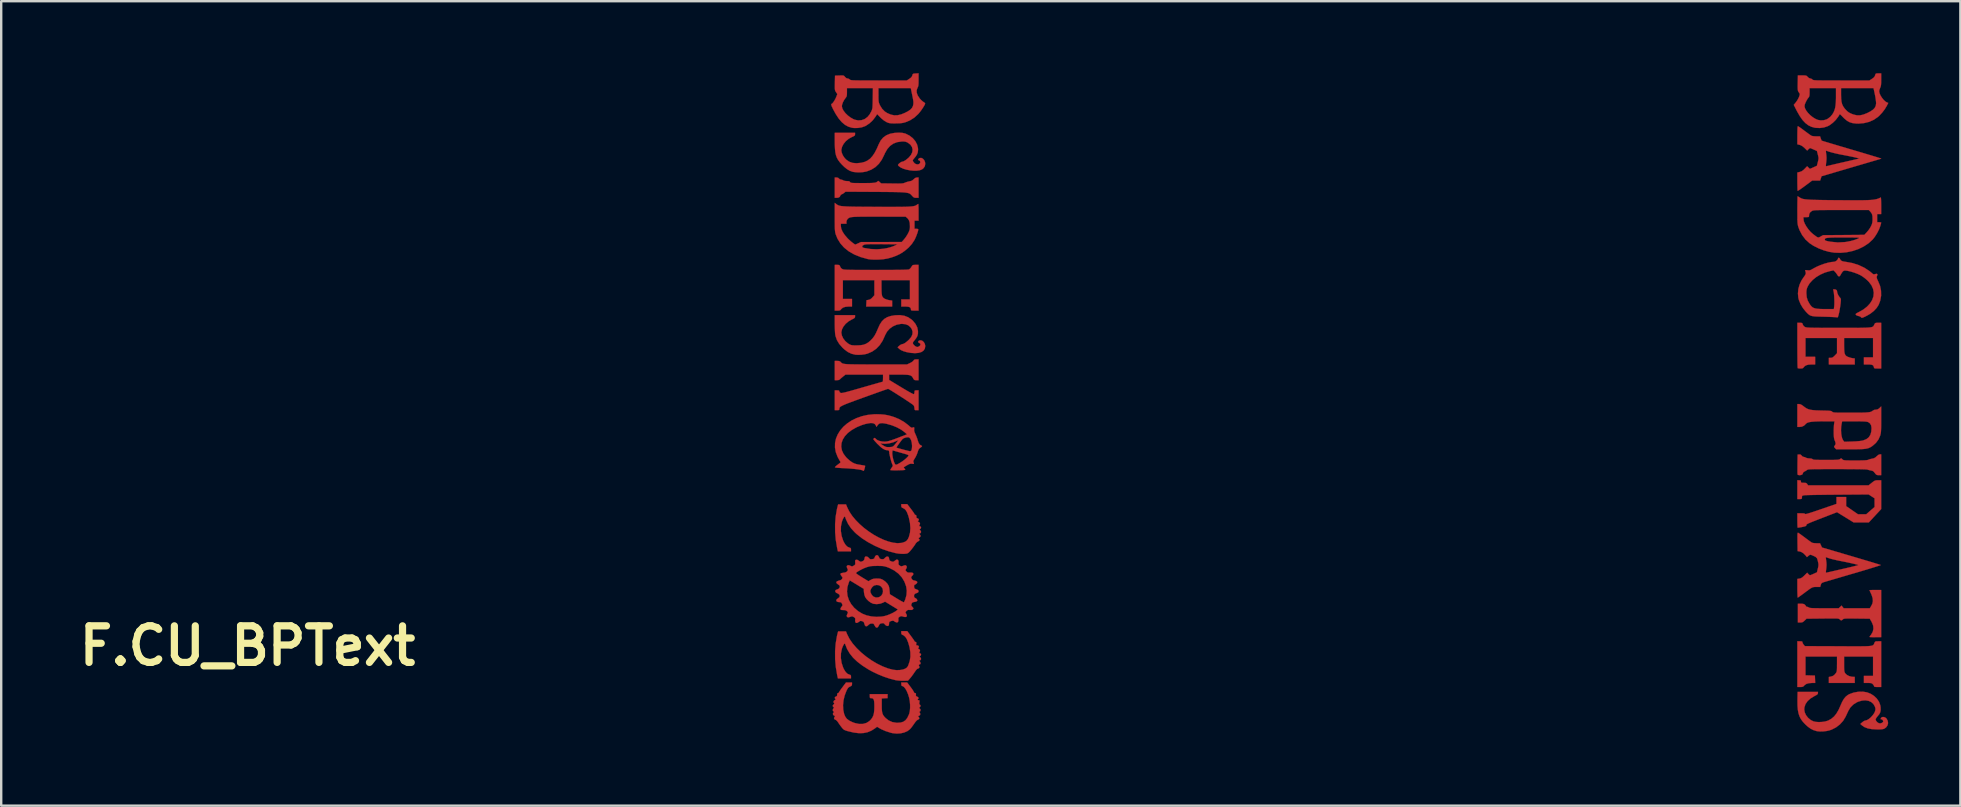
<source format=kicad_pcb>
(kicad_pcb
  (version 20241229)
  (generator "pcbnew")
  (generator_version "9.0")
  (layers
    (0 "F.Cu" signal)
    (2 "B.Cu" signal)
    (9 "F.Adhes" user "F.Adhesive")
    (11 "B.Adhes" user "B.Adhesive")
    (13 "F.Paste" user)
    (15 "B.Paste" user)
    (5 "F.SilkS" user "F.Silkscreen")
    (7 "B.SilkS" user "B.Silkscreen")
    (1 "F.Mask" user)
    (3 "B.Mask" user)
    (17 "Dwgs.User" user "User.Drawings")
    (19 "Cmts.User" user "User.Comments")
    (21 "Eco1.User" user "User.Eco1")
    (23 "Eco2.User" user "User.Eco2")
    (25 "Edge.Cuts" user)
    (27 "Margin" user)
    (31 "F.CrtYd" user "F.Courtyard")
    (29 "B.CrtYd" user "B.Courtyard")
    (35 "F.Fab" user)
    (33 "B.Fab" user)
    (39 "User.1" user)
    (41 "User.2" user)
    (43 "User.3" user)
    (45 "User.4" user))
  (footprint "F.CU_BPText"
    (layer "F.Cu")
    (at 7.264 23.862)
    (property "Reference" "F.CU_BPText" (at 0 0 0) (layer "F.SilkS") (effects (font (size 1.524 1.524) (thickness 0.3))))
    (attr through_hole)
    (fp_poly (pts (xy 24.609 -19.504) (xy 24.643 -19.473) (xy 24.684 -19.44) (xy 24.722 -19.43) (xy 24.782 -19.417) (xy 24.817 -19.399) (xy 24.865 -19.379) (xy 24.94 -19.368) (xy 24.97 -19.367) (xy 25.042 -19.364) (xy 25.084 -19.351) (xy 25.109 -19.325) (xy 25.119 -19.312) (xy 25.135 -19.301) (xy 25.161 -19.294) (xy 25.203 -19.289) (xy 25.266 -19.286) (xy 25.356 -19.284) (xy 25.478 -19.283) (xy 25.628 -19.283) (xy 25.798 -19.283) (xy 25.931 -19.285) (xy 26.032 -19.289) (xy 26.106 -19.295) (xy 26.158 -19.303) (xy 26.194 -19.313) (xy 26.194 -19.314) (xy 26.242 -19.34) (xy 26.267 -19.366) (xy 26.268 -19.37) (xy 26.281 -19.374) (xy 26.314 -19.351) (xy 26.333 -19.334) (xy 26.398 -19.272) (xy 26.853 -19.266) (xy 27.005 -19.264) (xy 27.122 -19.263) (xy 27.209 -19.265) (xy 27.272 -19.269) (xy 27.319 -19.275) (xy 27.356 -19.284) (xy 27.389 -19.297) (xy 27.396 -19.301) (xy 27.476 -19.33) (xy 27.564 -19.353) (xy 27.586 -19.356) (xy 27.67 -19.378) (xy 27.738 -19.424) (xy 27.757 -19.443) (xy 27.82 -19.495) (xy 27.88 -19.515) (xy 27.895 -19.516) (xy 27.961 -19.516) (xy 27.961 -18.669) (xy 27.863 -18.669) (xy 27.804 -18.672) (xy 27.762 -18.687) (xy 27.72 -18.722) (xy 27.683 -18.762) (xy 27.657 -18.791) (xy 27.632 -18.816) (xy 27.603 -18.837) (xy 27.568 -18.855) (xy 27.524 -18.869) (xy 27.467 -18.881) (xy 27.394 -18.891) (xy 27.301 -18.898) (xy 27.186 -18.904) (xy 27.046 -18.908) (xy 26.876 -18.911) (xy 26.674 -18.913) (xy 26.436 -18.915) (xy 26.16 -18.917) (xy 26.138 -18.917) (xy 24.917 -18.924) (xy 24.857 -18.873) (xy 24.805 -18.837) (xy 24.759 -18.815) (xy 24.755 -18.814) (xy 24.717 -18.789) (xy 24.705 -18.764) (xy 24.676 -18.708) (xy 24.614 -18.676) (xy 24.549 -18.669) (xy 24.469 -18.669) (xy 24.469 -19.516) (xy 24.543 -19.516) (xy 24.609 -19.504)) (stroke (width 0.01) (type solid)) (fill yes) (layer "F.Cu"))
    (fp_poly (pts (xy 68.072 -0.36) (xy 67.829 -0.36) (xy 67.733 -0.361) (xy 67.655 -0.363) (xy 67.603 -0.367) (xy 67.585 -0.372) (xy 67.597 -0.394) (xy 67.628 -0.436) (xy 67.648 -0.462) (xy 67.717 -0.578) (xy 67.748 -0.704) (xy 67.74 -0.83) (xy 67.737 -0.841) (xy 67.708 -0.923) (xy 67.668 -1.009) (xy 67.652 -1.037) (xy 67.594 -1.132) (xy 67.053 -1.138) (xy 66.888 -1.14) (xy 66.76 -1.14) (xy 66.663 -1.14) (xy 66.594 -1.138) (xy 66.546 -1.133) (xy 66.514 -1.127) (xy 66.494 -1.118) (xy 66.479 -1.106) (xy 66.474 -1.101) (xy 66.428 -1.064) (xy 66.387 -1.067) (xy 66.346 -1.102) (xy 66.333 -1.114) (xy 66.318 -1.124) (xy 66.295 -1.131) (xy 66.26 -1.137) (xy 66.208 -1.14) (xy 66.134 -1.142) (xy 66.035 -1.142) (xy 65.904 -1.142) (xy 65.739 -1.14) (xy 65.634 -1.139) (xy 64.962 -1.132) (xy 64.881 -1.053) (xy 64.826 -1.005) (xy 64.779 -0.981) (xy 64.72 -0.974) (xy 64.7 -0.974) (xy 64.601 -0.974) (xy 64.601 -1.757) (xy 64.724 -1.757) (xy 64.806 -1.752) (xy 64.86 -1.737) (xy 64.893 -1.714) (xy 64.926 -1.677) (xy 64.939 -1.65) (xy 64.957 -1.633) (xy 64.978 -1.63) (xy 65.025 -1.617) (xy 65.057 -1.599) (xy 65.076 -1.589) (xy 65.108 -1.582) (xy 65.159 -1.576) (xy 65.231 -1.572) (xy 65.331 -1.57) (xy 65.462 -1.568) (xy 65.63 -1.567) (xy 65.7 -1.567) (xy 66.302 -1.566) (xy 66.361 -1.623) (xy 66.42 -1.679) (xy 66.464 -1.623) (xy 66.509 -1.566) (xy 67.052 -1.566) (xy 67.596 -1.567) (xy 67.641 -1.635) (xy 67.701 -1.75) (xy 67.726 -1.864) (xy 67.716 -1.986) (xy 67.672 -2.123) (xy 67.648 -2.178) (xy 67.617 -2.245) (xy 67.594 -2.296) (xy 67.585 -2.319) (xy 67.585 -2.32) (xy 67.605 -2.323) (xy 67.659 -2.326) (xy 67.738 -2.328) (xy 67.829 -2.328) (xy 68.072 -2.328) (xy 68.072 -0.36)) (stroke (width 0.01) (type solid)) (fill yes) (layer "F.Cu"))
    (fp_poly (pts (xy 24.632 -15.873) (xy 24.665 -15.861) (xy 24.683 -15.833) (xy 24.692 -15.806) (xy 24.731 -15.739) (xy 24.786 -15.7) (xy 24.804 -15.693) (xy 24.826 -15.686) (xy 24.857 -15.681) (xy 24.899 -15.676) (xy 24.956 -15.673) (xy 25.031 -15.67) (xy 25.127 -15.668) (xy 25.247 -15.666) (xy 25.395 -15.665) (xy 25.573 -15.664) (xy 25.786 -15.664) (xy 26.036 -15.663) (xy 26.187 -15.663) (xy 26.495 -15.664) (xy 26.76 -15.665) (xy 26.986 -15.666) (xy 27.174 -15.668) (xy 27.323 -15.671) (xy 27.436 -15.675) (xy 27.514 -15.679) (xy 27.557 -15.684) (xy 27.566 -15.687) (xy 27.608 -15.72) (xy 27.652 -15.773) (xy 27.664 -15.793) (xy 27.691 -15.838) (xy 27.718 -15.863) (xy 27.757 -15.873) (xy 27.822 -15.875) (xy 27.836 -15.875) (xy 27.961 -15.875) (xy 27.961 -13.97) (xy 27.802 -13.97) (xy 27.722 -13.971) (xy 27.674 -13.975) (xy 27.651 -13.985) (xy 27.644 -14.004) (xy 27.644 -14.02) (xy 27.632 -14.074) (xy 27.595 -14.111) (xy 27.527 -14.132) (xy 27.424 -14.139) (xy 27.404 -14.139) (xy 27.241 -14.139) (xy 27.241 -14.436) (xy 27.601 -14.436) (xy 27.601 -15.24) (xy 26.416 -15.24) (xy 26.416 -14.932) (xy 26.418 -14.789) (xy 26.424 -14.682) (xy 26.436 -14.603) (xy 26.457 -14.547) (xy 26.489 -14.506) (xy 26.533 -14.474) (xy 26.562 -14.458) (xy 26.633 -14.43) (xy 26.719 -14.408) (xy 26.752 -14.402) (xy 26.86 -14.388) (xy 26.86 -14.139) (xy 25.779 -14.139) (xy 25.792 -14.403) (xy 25.876 -14.417) (xy 25.942 -14.438) (xy 26.003 -14.482) (xy 26.04 -14.521) (xy 26.12 -14.61) (xy 26.12 -15.24) (xy 24.807 -15.24) (xy 24.807 -14.457) (xy 25.188 -14.457) (xy 25.188 -14.139) (xy 25.05 -14.139) (xy 24.911 -14.127) (xy 24.807 -14.092) (xy 24.737 -14.032) (xy 24.732 -14.025) (xy 24.705 -13.992) (xy 24.67 -13.976) (xy 24.613 -13.97) (xy 24.583 -13.97) (xy 24.469 -13.97) (xy 24.469 -15.875) (xy 24.57 -15.875) (xy 24.632 -15.873)) (stroke (width 0.01) (type solid)) (fill yes) (layer "F.Cu"))
    (fp_poly (pts (xy 64.749 -0.188) (xy 64.781 -0.179) (xy 64.791 -0.158) (xy 64.791 -0.149) (xy 64.804 -0.106) (xy 64.837 -0.055) (xy 64.842 -0.049) (xy 64.893 0.011) (xy 66.274 0.016) (xy 66.557 0.018) (xy 66.802 0.019) (xy 67.01 0.019) (xy 67.184 0.019) (xy 67.329 0.017) (xy 67.446 0.015) (xy 67.54 0.01) (xy 67.612 0.004) (xy 67.667 -0.004) (xy 67.706 -0.015) (xy 67.734 -0.028) (xy 67.753 -0.045) (xy 67.766 -0.064) (xy 67.776 -0.088) (xy 67.787 -0.114) (xy 67.788 -0.118) (xy 67.807 -0.158) (xy 67.829 -0.18) (xy 67.867 -0.189) (xy 67.933 -0.19) (xy 67.945 -0.191) (xy 68.072 -0.191) (xy 68.072 1.714) (xy 67.924 1.714) (xy 67.844 1.713) (xy 67.798 1.706) (xy 67.778 1.693) (xy 67.776 1.682) (xy 67.762 1.645) (xy 67.727 1.601) (xy 67.724 1.597) (xy 67.692 1.57) (xy 67.655 1.554) (xy 67.602 1.547) (xy 67.52 1.545) (xy 67.512 1.545) (xy 67.352 1.545) (xy 67.352 1.249) (xy 67.733 1.249) (xy 67.733 0.445) (xy 66.527 0.445) (xy 66.527 0.759) (xy 66.527 0.882) (xy 66.529 0.971) (xy 66.534 1.033) (xy 66.542 1.077) (xy 66.554 1.11) (xy 66.572 1.141) (xy 66.575 1.145) (xy 66.641 1.209) (xy 66.734 1.258) (xy 66.841 1.286) (xy 66.892 1.29) (xy 66.971 1.291) (xy 66.971 1.545) (xy 65.892 1.545) (xy 65.892 1.296) (xy 65.97 1.281) (xy 66.051 1.257) (xy 66.115 1.215) (xy 66.178 1.143) (xy 66.179 1.141) (xy 66.199 1.112) (xy 66.213 1.082) (xy 66.222 1.044) (xy 66.227 0.99) (xy 66.23 0.911) (xy 66.23 0.801) (xy 66.231 0.758) (xy 66.231 0.445) (xy 64.918 0.445) (xy 64.918 1.226) (xy 65.31 1.238) (xy 65.316 1.392) (xy 65.322 1.545) (xy 65.2 1.545) (xy 65.063 1.555) (xy 64.96 1.583) (xy 64.885 1.633) (xy 64.868 1.652) (xy 64.832 1.689) (xy 64.793 1.707) (xy 64.736 1.714) (xy 64.697 1.714) (xy 64.579 1.714) (xy 64.579 -0.191) (xy 64.685 -0.191) (xy 64.749 -0.188)) (stroke (width 0.01) (type solid)) (fill yes) (layer "F.Cu"))
    (fp_poly (pts (xy 64.704 -6.896) (xy 64.724 -6.879) (xy 64.728 -6.847) (xy 64.731 -6.817) (xy 64.747 -6.801) (xy 64.787 -6.795) (xy 64.842 -6.795) (xy 64.912 -6.792) (xy 64.954 -6.78) (xy 64.982 -6.754) (xy 64.99 -6.742) (xy 65.025 -6.689) (xy 67.547 -6.689) (xy 67.68 -6.795) (xy 67.749 -6.848) (xy 67.799 -6.879) (xy 67.845 -6.895) (xy 67.899 -6.9) (xy 67.943 -6.9) (xy 68.072 -6.9) (xy 68.072 -5.7) (xy 67.814 -5.422) (xy 67.557 -5.144) (xy 66.923 -5.144) (xy 66.578 -5.357) (xy 66.232 -5.57) (xy 65.877 -5.433) (xy 65.663 -5.35) (xy 65.486 -5.282) (xy 65.342 -5.225) (xy 65.226 -5.18) (xy 65.137 -5.144) (xy 65.071 -5.115) (xy 65.023 -5.094) (xy 64.992 -5.077) (xy 64.972 -5.063) (xy 64.962 -5.052) (xy 64.958 -5.041) (xy 64.957 -5.032) (xy 64.948 -5.008) (xy 64.923 -4.99) (xy 64.875 -4.974) (xy 64.796 -4.956) (xy 64.776 -4.952) (xy 64.695 -4.937) (xy 64.631 -4.928) (xy 64.595 -4.927) (xy 64.59 -4.928) (xy 64.587 -4.952) (xy 64.583 -5.01) (xy 64.581 -5.095) (xy 64.58 -5.198) (xy 64.579 -5.232) (xy 64.579 -5.524) (xy 64.737 -5.524) (xy 64.825 -5.522) (xy 64.878 -5.514) (xy 64.9 -5.499) (xy 64.901 -5.496) (xy 64.914 -5.491) (xy 64.953 -5.497) (xy 65.018 -5.514) (xy 65.113 -5.543) (xy 65.241 -5.584) (xy 65.403 -5.639) (xy 65.558 -5.692) (xy 66.209 -5.916) (xy 66.209 -6.059) (xy 66.209 -6.202) (xy 66.612 -6.202) (xy 66.612 -5.824) (xy 67.107 -5.482) (xy 67.277 -5.483) (xy 67.448 -5.483) (xy 67.622 -5.635) (xy 67.797 -5.786) (xy 67.796 -6.149) (xy 67.672 -6.229) (xy 67.549 -6.309) (xy 66.27 -6.3) (xy 66.038 -6.298) (xy 65.816 -6.296) (xy 65.607 -6.293) (xy 65.417 -6.291) (xy 65.249 -6.288) (xy 65.107 -6.285) (xy 64.996 -6.282) (xy 64.919 -6.279) (xy 64.881 -6.276) (xy 64.817 -6.266) (xy 64.784 -6.253) (xy 64.772 -6.229) (xy 64.77 -6.189) (xy 64.768 -6.145) (xy 64.754 -6.124) (xy 64.716 -6.118) (xy 64.675 -6.117) (xy 64.579 -6.117) (xy 64.579 -6.9) (xy 64.654 -6.9) (xy 64.704 -6.896)) (stroke (width 0.01) (type solid)) (fill yes) (layer "F.Cu"))
    (fp_poly (pts (xy 64.745 -13.46) (xy 64.778 -13.449) (xy 64.796 -13.421) (xy 64.804 -13.393) (xy 64.842 -13.326) (xy 64.897 -13.287) (xy 64.915 -13.28) (xy 64.938 -13.273) (xy 64.968 -13.268) (xy 65.01 -13.263) (xy 65.067 -13.26) (xy 65.141 -13.257) (xy 65.237 -13.255) (xy 65.357 -13.253) (xy 65.505 -13.252) (xy 65.683 -13.251) (xy 65.896 -13.251) (xy 66.146 -13.25) (xy 66.3 -13.25) (xy 66.58 -13.25) (xy 66.82 -13.25) (xy 67.024 -13.251) (xy 67.195 -13.252) (xy 67.337 -13.255) (xy 67.451 -13.258) (xy 67.542 -13.263) (xy 67.612 -13.27) (xy 67.665 -13.279) (xy 67.703 -13.291) (xy 67.73 -13.305) (xy 67.749 -13.323) (xy 67.763 -13.343) (xy 67.775 -13.368) (xy 67.784 -13.387) (xy 67.806 -13.429) (xy 67.83 -13.451) (xy 67.869 -13.46) (xy 67.935 -13.462) (xy 67.946 -13.462) (xy 68.072 -13.462) (xy 68.072 -11.557) (xy 67.926 -11.557) (xy 67.849 -11.558) (xy 67.804 -11.563) (xy 67.781 -11.576) (xy 67.77 -11.601) (xy 67.765 -11.621) (xy 67.747 -11.669) (xy 67.714 -11.7) (xy 67.657 -11.718) (xy 67.57 -11.726) (xy 67.512 -11.726) (xy 67.352 -11.726) (xy 67.352 -12.023) (xy 67.733 -12.023) (xy 67.733 -12.827) (xy 66.527 -12.827) (xy 66.527 -12.53) (xy 66.529 -12.383) (xy 66.535 -12.272) (xy 66.548 -12.191) (xy 66.571 -12.132) (xy 66.604 -12.09) (xy 66.65 -12.059) (xy 66.683 -12.043) (xy 66.765 -12.013) (xy 66.853 -11.991) (xy 66.874 -11.988) (xy 66.971 -11.975) (xy 66.971 -11.726) (xy 65.892 -11.726) (xy 65.892 -12.002) (xy 65.97 -12.002) (xy 66.02 -12.007) (xy 66.065 -12.029) (xy 66.117 -12.075) (xy 66.139 -12.097) (xy 66.231 -12.193) (xy 66.231 -12.827) (xy 64.918 -12.827) (xy 64.918 -12.044) (xy 65.32 -12.044) (xy 65.32 -11.726) (xy 65.171 -11.726) (xy 65.037 -11.717) (xy 64.937 -11.688) (xy 64.868 -11.638) (xy 64.848 -11.613) (xy 64.818 -11.578) (xy 64.779 -11.561) (xy 64.715 -11.557) (xy 64.71 -11.557) (xy 64.647 -11.56) (xy 64.603 -11.567) (xy 64.594 -11.571) (xy 64.591 -11.595) (xy 64.588 -11.656) (xy 64.585 -11.751) (xy 64.583 -11.876) (xy 64.582 -12.025) (xy 64.58 -12.195) (xy 64.58 -12.381) (xy 64.579 -12.524) (xy 64.579 -13.462) (xy 64.682 -13.462) (xy 64.745 -13.46)) (stroke (width 0.01) (type solid)) (fill yes) (layer "F.Cu"))
    (fp_poly (pts (xy 68.072 -7.112) (xy 67.971 -7.113) (xy 67.909 -7.117) (xy 67.868 -7.133) (xy 67.832 -7.17) (xy 67.807 -7.203) (xy 67.76 -7.26) (xy 67.713 -7.291) (xy 67.647 -7.308) (xy 67.637 -7.31) (xy 67.568 -7.324) (xy 67.512 -7.34) (xy 67.495 -7.347) (xy 67.468 -7.35) (xy 67.401 -7.354) (xy 67.299 -7.357) (xy 67.165 -7.36) (xy 67.002 -7.362) (xy 66.815 -7.364) (xy 66.606 -7.365) (xy 66.379 -7.366) (xy 66.244 -7.366) (xy 65.987 -7.366) (xy 65.768 -7.366) (xy 65.585 -7.365) (xy 65.435 -7.364) (xy 65.313 -7.363) (xy 65.217 -7.361) (xy 65.143 -7.358) (xy 65.087 -7.355) (xy 65.047 -7.351) (xy 65.019 -7.345) (xy 64.999 -7.338) (xy 64.985 -7.331) (xy 64.976 -7.324) (xy 64.919 -7.286) (xy 64.868 -7.261) (xy 64.823 -7.229) (xy 64.812 -7.198) (xy 64.795 -7.155) (xy 64.771 -7.134) (xy 64.718 -7.117) (xy 64.659 -7.113) (xy 64.61 -7.122) (xy 64.589 -7.139) (xy 64.586 -7.168) (xy 64.584 -7.232) (xy 64.583 -7.324) (xy 64.583 -7.438) (xy 64.584 -7.565) (xy 64.584 -7.568) (xy 64.59 -7.969) (xy 64.656 -7.976) (xy 64.712 -7.971) (xy 64.751 -7.936) (xy 64.757 -7.928) (xy 64.801 -7.886) (xy 64.841 -7.874) (xy 64.896 -7.861) (xy 64.93 -7.843) (xy 64.977 -7.824) (xy 65.047 -7.813) (xy 65.08 -7.811) (xy 65.162 -7.803) (xy 65.211 -7.783) (xy 65.215 -7.779) (xy 65.229 -7.769) (xy 65.255 -7.761) (xy 65.3 -7.755) (xy 65.366 -7.751) (xy 65.46 -7.749) (xy 65.586 -7.747) (xy 65.749 -7.747) (xy 65.776 -7.747) (xy 65.942 -7.747) (xy 66.07 -7.748) (xy 66.167 -7.75) (xy 66.238 -7.754) (xy 66.287 -7.759) (xy 66.321 -7.766) (xy 66.344 -7.775) (xy 66.358 -7.786) (xy 66.393 -7.81) (xy 66.418 -7.808) (xy 66.452 -7.777) (xy 66.455 -7.775) (xy 66.471 -7.759) (xy 66.49 -7.747) (xy 66.516 -7.739) (xy 66.555 -7.733) (xy 66.613 -7.729) (xy 66.695 -7.727) (xy 66.807 -7.726) (xy 66.955 -7.726) (xy 66.993 -7.726) (xy 67.161 -7.726) (xy 67.292 -7.728) (xy 67.391 -7.732) (xy 67.461 -7.738) (xy 67.509 -7.745) (xy 67.539 -7.755) (xy 67.539 -7.756) (xy 67.595 -7.777) (xy 67.67 -7.795) (xy 67.699 -7.801) (xy 67.777 -7.82) (xy 67.839 -7.858) (xy 67.882 -7.898) (xy 67.954 -7.958) (xy 68.014 -7.98) (xy 68.017 -7.98) (xy 68.072 -7.98) (xy 68.072 -7.112)) (stroke (width 0.01) (type solid)) (fill yes) (layer "F.Cu"))
    (fp_poly (pts (xy 64.705 -10.066) (xy 64.765 -10.036) (xy 64.841 -9.98) (xy 64.842 -9.979) (xy 64.91 -9.928) (xy 64.975 -9.888) (xy 65.046 -9.858) (xy 65.128 -9.837) (xy 65.229 -9.823) (xy 65.356 -9.813) (xy 65.515 -9.808) (xy 65.588 -9.806) (xy 65.729 -9.803) (xy 65.835 -9.8) (xy 65.91 -9.795) (xy 65.962 -9.789) (xy 65.995 -9.781) (xy 66.017 -9.77) (xy 66.03 -9.757) (xy 66.042 -9.746) (xy 66.058 -9.737) (xy 66.082 -9.73) (xy 66.12 -9.725) (xy 66.175 -9.721) (xy 66.251 -9.718) (xy 66.353 -9.717) (xy 66.486 -9.716) (xy 66.654 -9.716) (xy 66.802 -9.716) (xy 67.013 -9.716) (xy 67.186 -9.717) (xy 67.325 -9.719) (xy 67.435 -9.724) (xy 67.52 -9.73) (xy 67.585 -9.739) (xy 67.634 -9.75) (xy 67.671 -9.766) (xy 67.702 -9.784) (xy 67.724 -9.803) (xy 67.784 -9.834) (xy 67.85 -9.842) (xy 67.917 -9.852) (xy 67.974 -9.885) (xy 68.002 -9.91) (xy 68.072 -9.978) (xy 68.072 -9.436) (xy 68.072 -9.266) (xy 68.071 -9.132) (xy 68.068 -9.028) (xy 68.064 -8.947) (xy 68.058 -8.884) (xy 68.049 -8.833) (xy 68.038 -8.787) (xy 68.03 -8.76) (xy 67.959 -8.6) (xy 67.852 -8.456) (xy 67.715 -8.336) (xy 67.713 -8.334) (xy 67.655 -8.295) (xy 67.6 -8.264) (xy 67.544 -8.24) (xy 67.48 -8.222) (xy 67.404 -8.209) (xy 67.309 -8.2) (xy 67.19 -8.195) (xy 67.041 -8.192) (xy 66.857 -8.192) (xy 66.791 -8.191) (xy 66.196 -8.191) (xy 66.146 -8.244) (xy 66.114 -8.282) (xy 66.111 -8.309) (xy 66.129 -8.334) (xy 66.165 -8.389) (xy 66.173 -8.445) (xy 66.154 -8.516) (xy 66.141 -8.545) (xy 66.12 -8.6) (xy 66.107 -8.66) (xy 66.099 -8.734) (xy 66.095 -8.836) (xy 66.095 -8.89) (xy 66.095 -8.983) (xy 66.399 -8.983) (xy 66.406 -8.847) (xy 66.426 -8.723) (xy 66.456 -8.622) (xy 66.49 -8.56) (xy 66.534 -8.504) (xy 66.864 -8.514) (xy 67.037 -8.522) (xy 67.175 -8.534) (xy 67.281 -8.551) (xy 67.33 -8.563) (xy 67.459 -8.615) (xy 67.555 -8.691) (xy 67.621 -8.793) (xy 67.659 -8.924) (xy 67.67 -9.072) (xy 67.654 -9.184) (xy 67.608 -9.268) (xy 67.535 -9.321) (xy 67.506 -9.332) (xy 67.466 -9.341) (xy 67.412 -9.347) (xy 67.336 -9.351) (xy 67.235 -9.354) (xy 67.101 -9.355) (xy 66.954 -9.356) (xy 66.446 -9.356) (xy 66.423 -9.249) (xy 66.404 -9.12) (xy 66.399 -8.983) (xy 66.095 -8.983) (xy 66.095 -9.001) (xy 66.099 -9.108) (xy 66.104 -9.198) (xy 66.11 -9.245) (xy 66.126 -9.356) (xy 65.665 -9.355) (xy 65.466 -9.354) (xy 65.306 -9.348) (xy 65.179 -9.338) (xy 65.082 -9.323) (xy 65.011 -9.303) (xy 64.962 -9.277) (xy 64.939 -9.256) (xy 64.855 -9.175) (xy 64.765 -9.133) (xy 64.682 -9.123) (xy 64.579 -9.123) (xy 64.579 -10.075) (xy 64.652 -10.075) (xy 64.705 -10.066)) (stroke (width 0.01) (type solid)) (fill yes) (layer "F.Cu"))
    (fp_poly (pts (xy 27.288 -21.375) (xy 27.403 -21.349) (xy 27.423 -21.342) (xy 27.582 -21.262) (xy 27.717 -21.157) (xy 27.824 -21.032) (xy 27.898 -20.893) (xy 27.936 -20.744) (xy 27.94 -20.676) (xy 27.93 -20.573) (xy 27.898 -20.481) (xy 27.838 -20.387) (xy 27.795 -20.334) (xy 27.747 -20.278) (xy 27.724 -20.242) (xy 27.721 -20.215) (xy 27.735 -20.185) (xy 27.743 -20.171) (xy 27.788 -20.117) (xy 27.841 -20.079) (xy 27.909 -20.062) (xy 27.97 -20.071) (xy 28.014 -20.102) (xy 28.034 -20.148) (xy 28.021 -20.201) (xy 27.989 -20.23) (xy 27.969 -20.235) (xy 27.944 -20.247) (xy 27.946 -20.275) (xy 27.97 -20.306) (xy 28.007 -20.328) (xy 28.075 -20.332) (xy 28.139 -20.301) (xy 28.193 -20.243) (xy 28.229 -20.164) (xy 28.24 -20.089) (xy 28.223 -19.987) (xy 28.167 -19.903) (xy 28.106 -19.855) (xy 28.014 -19.819) (xy 27.894 -19.801) (xy 27.757 -19.8) (xy 27.61 -19.814) (xy 27.465 -19.841) (xy 27.332 -19.88) (xy 27.219 -19.931) (xy 27.136 -19.991) (xy 27.128 -19.999) (xy 27.106 -20.027) (xy 27.106 -20.049) (xy 27.131 -20.079) (xy 27.16 -20.106) (xy 27.212 -20.146) (xy 27.257 -20.169) (xy 27.269 -20.171) (xy 27.339 -20.19) (xy 27.427 -20.242) (xy 27.53 -20.326) (xy 27.553 -20.347) (xy 27.645 -20.456) (xy 27.698 -20.569) (xy 27.712 -20.68) (xy 27.687 -20.785) (xy 27.625 -20.88) (xy 27.524 -20.96) (xy 27.49 -20.979) (xy 27.434 -21.003) (xy 27.374 -21.015) (xy 27.296 -21.017) (xy 27.244 -21.015) (xy 27.064 -20.988) (xy 26.908 -20.927) (xy 26.773 -20.831) (xy 26.657 -20.699) (xy 26.56 -20.529) (xy 26.535 -20.471) (xy 26.431 -20.261) (xy 26.308 -20.088) (xy 26.164 -19.95) (xy 25.996 -19.845) (xy 25.802 -19.77) (xy 25.766 -19.761) (xy 25.648 -19.74) (xy 25.512 -19.73) (xy 25.374 -19.733) (xy 25.251 -19.747) (xy 25.208 -19.756) (xy 25.093 -19.798) (xy 24.982 -19.863) (xy 24.866 -19.957) (xy 24.773 -20.048) (xy 24.683 -20.147) (xy 24.612 -20.242) (xy 24.558 -20.339) (xy 24.519 -20.445) (xy 24.493 -20.567) (xy 24.478 -20.712) (xy 24.47 -20.888) (xy 24.469 -21.024) (xy 24.469 -21.378) (xy 25.315 -21.378) (xy 25.315 -21.318) (xy 25.311 -21.285) (xy 25.294 -21.259) (xy 25.254 -21.234) (xy 25.184 -21.202) (xy 25.177 -21.199) (xy 25.045 -21.126) (xy 24.929 -21.029) (xy 24.837 -20.917) (xy 24.774 -20.796) (xy 24.745 -20.674) (xy 24.744 -20.647) (xy 24.761 -20.546) (xy 24.808 -20.436) (xy 24.879 -20.331) (xy 24.95 -20.257) (xy 25.071 -20.174) (xy 25.211 -20.125) (xy 25.371 -20.11) (xy 25.557 -20.127) (xy 25.58 -20.131) (xy 25.718 -20.167) (xy 25.838 -20.224) (xy 25.946 -20.304) (xy 26.044 -20.413) (xy 26.137 -20.553) (xy 26.227 -20.728) (xy 26.299 -20.896) (xy 26.38 -21.053) (xy 26.485 -21.178) (xy 26.615 -21.273) (xy 26.772 -21.338) (xy 26.959 -21.374) (xy 27.146 -21.384) (xy 27.288 -21.375)) (stroke (width 0.01) (type solid)) (fill yes) (layer "F.Cu"))
    (fp_poly (pts (xy 67.32 1.91) (xy 67.485 1.938) (xy 67.639 1.999) (xy 67.776 2.088) (xy 67.892 2.199) (xy 67.979 2.328) (xy 68.033 2.469) (xy 68.047 2.554) (xy 68.05 2.673) (xy 68.033 2.767) (xy 67.992 2.848) (xy 67.933 2.92) (xy 67.884 2.98) (xy 67.85 3.034) (xy 67.839 3.067) (xy 67.857 3.12) (xy 67.902 3.175) (xy 67.962 3.216) (xy 67.996 3.229) (xy 68.051 3.229) (xy 68.106 3.207) (xy 68.146 3.173) (xy 68.157 3.144) (xy 68.144 3.107) (xy 68.114 3.073) (xy 68.082 3.057) (xy 68.07 3.06) (xy 68.054 3.058) (xy 68.053 3.034) (xy 68.066 3.001) (xy 68.076 2.989) (xy 68.129 2.963) (xy 68.195 2.967) (xy 68.26 2.998) (xy 68.292 3.027) (xy 68.344 3.119) (xy 68.359 3.217) (xy 68.337 3.311) (xy 68.28 3.393) (xy 68.22 3.439) (xy 68.182 3.458) (xy 68.138 3.47) (xy 68.08 3.477) (xy 67.997 3.481) (xy 67.892 3.481) (xy 67.686 3.47) (xy 67.515 3.439) (xy 67.377 3.386) (xy 67.276 3.318) (xy 67.203 3.254) (xy 67.283 3.184) (xy 67.339 3.142) (xy 67.392 3.116) (xy 67.412 3.112) (xy 67.48 3.094) (xy 67.56 3.046) (xy 67.642 2.977) (xy 67.717 2.894) (xy 67.779 2.807) (xy 67.817 2.724) (xy 67.818 2.719) (xy 67.833 2.651) (xy 67.83 2.595) (xy 67.809 2.53) (xy 67.747 2.422) (xy 67.657 2.341) (xy 67.544 2.29) (xy 67.413 2.269) (xy 67.269 2.281) (xy 67.117 2.325) (xy 67.064 2.348) (xy 66.914 2.441) (xy 66.791 2.564) (xy 66.705 2.706) (xy 66.664 2.793) (xy 66.618 2.892) (xy 66.586 2.959) (xy 66.485 3.126) (xy 66.35 3.274) (xy 66.19 3.397) (xy 66.009 3.489) (xy 65.915 3.522) (xy 65.792 3.549) (xy 65.655 3.564) (xy 65.52 3.567) (xy 65.404 3.556) (xy 65.372 3.549) (xy 65.244 3.508) (xy 65.13 3.45) (xy 65.018 3.369) (xy 64.914 3.275) (xy 64.813 3.168) (xy 64.734 3.061) (xy 64.673 2.948) (xy 64.63 2.822) (xy 64.601 2.677) (xy 64.586 2.506) (xy 64.583 2.303) (xy 64.584 2.201) (xy 64.59 1.916) (xy 65.437 1.916) (xy 65.437 1.968) (xy 65.431 1.998) (xy 65.409 2.025) (xy 65.362 2.056) (xy 65.285 2.096) (xy 65.282 2.098) (xy 65.125 2.193) (xy 65.004 2.303) (xy 64.919 2.426) (xy 64.874 2.561) (xy 64.866 2.646) (xy 64.886 2.769) (xy 64.941 2.889) (xy 65.026 2.998) (xy 65.134 3.088) (xy 65.242 3.143) (xy 65.344 3.167) (xy 65.471 3.176) (xy 65.607 3.17) (xy 65.739 3.15) (xy 65.852 3.117) (xy 65.872 3.108) (xy 65.999 3.036) (xy 66.109 2.943) (xy 66.206 2.822) (xy 66.295 2.67) (xy 66.375 2.492) (xy 66.445 2.334) (xy 66.515 2.213) (xy 66.591 2.12) (xy 66.677 2.05) (xy 66.745 2.012) (xy 66.919 1.949) (xy 67.113 1.913) (xy 67.315 1.909) (xy 67.32 1.91)) (stroke (width 0.01) (type solid)) (fill yes) (layer "F.Cu"))
    (fp_poly (pts (xy 27.641 -5.708) (xy 27.7 -5.629) (xy 27.749 -5.561) (xy 27.781 -5.511) (xy 27.792 -5.488) (xy 27.81 -5.466) (xy 27.835 -5.455) (xy 27.867 -5.435) (xy 27.873 -5.391) (xy 27.872 -5.383) (xy 27.874 -5.338) (xy 27.9 -5.319) (xy 27.912 -5.317) (xy 27.956 -5.296) (xy 27.973 -5.259) (xy 27.957 -5.221) (xy 27.949 -5.214) (xy 27.928 -5.193) (xy 27.939 -5.177) (xy 27.969 -5.162) (xy 28.014 -5.126) (xy 28.023 -5.08) (xy 28.001 -5.044) (xy 27.989 -5.01) (xy 28.008 -4.981) (xy 28.036 -4.974) (xy 28.061 -4.959) (xy 28.065 -4.924) (xy 28.049 -4.886) (xy 28.03 -4.869) (xy 28.004 -4.85) (xy 28.014 -4.832) (xy 28.03 -4.818) (xy 28.062 -4.774) (xy 28.063 -4.727) (xy 28.033 -4.692) (xy 28.021 -4.687) (xy 27.989 -4.674) (xy 27.995 -4.658) (xy 28.01 -4.646) (xy 28.041 -4.605) (xy 28.042 -4.559) (xy 28.015 -4.524) (xy 28.003 -4.519) (xy 27.966 -4.496) (xy 27.967 -4.469) (xy 27.982 -4.456) (xy 28.004 -4.424) (xy 27.991 -4.388) (xy 27.948 -4.357) (xy 27.942 -4.355) (xy 27.889 -4.32) (xy 27.844 -4.268) (xy 27.843 -4.267) (xy 27.793 -4.188) (xy 27.731 -4.102) (xy 27.665 -4.018) (xy 27.602 -3.943) (xy 27.548 -3.888) (xy 27.514 -3.862) (xy 27.451 -3.843) (xy 27.357 -3.834) (xy 27.244 -3.835) (xy 27.124 -3.845) (xy 27.009 -3.864) (xy 26.713 -3.942) (xy 26.417 -4.046) (xy 26.129 -4.174) (xy 25.855 -4.321) (xy 25.605 -4.482) (xy 25.385 -4.655) (xy 25.303 -4.731) (xy 25.146 -4.902) (xy 25.026 -5.079) (xy 24.936 -5.269) (xy 24.899 -5.376) (xy 24.883 -5.389) (xy 24.858 -5.368) (xy 24.827 -5.319) (xy 24.794 -5.248) (xy 24.765 -5.168) (xy 24.727 -4.982) (xy 24.724 -4.784) (xy 24.754 -4.584) (xy 24.816 -4.393) (xy 24.854 -4.313) (xy 24.923 -4.204) (xy 24.995 -4.132) (xy 25.074 -4.095) (xy 25.087 -4.092) (xy 25.128 -4.077) (xy 25.144 -4.046) (xy 25.146 -4.008) (xy 25.146 -3.937) (xy 24.6 -3.937) (xy 24.566 -4.09) (xy 24.512 -4.411) (xy 24.484 -4.743) (xy 24.483 -5.076) (xy 24.509 -5.401) (xy 24.561 -5.705) (xy 24.582 -5.789) (xy 24.609 -5.895) (xy 24.938 -5.895) (xy 24.988 -5.773) (xy 25.077 -5.594) (xy 25.196 -5.415) (xy 25.341 -5.241) (xy 25.508 -5.072) (xy 25.691 -4.912) (xy 25.887 -4.765) (xy 26.091 -4.631) (xy 26.3 -4.515) (xy 26.508 -4.419) (xy 26.711 -4.346) (xy 26.905 -4.298) (xy 27.085 -4.278) (xy 27.248 -4.29) (xy 27.306 -4.304) (xy 27.402 -4.339) (xy 27.469 -4.386) (xy 27.52 -4.455) (xy 27.56 -4.545) (xy 27.605 -4.715) (xy 27.62 -4.908) (xy 27.604 -5.117) (xy 27.559 -5.334) (xy 27.526 -5.444) (xy 27.478 -5.567) (xy 27.428 -5.653) (xy 27.372 -5.709) (xy 27.315 -5.739) (xy 27.265 -5.763) (xy 27.245 -5.795) (xy 27.241 -5.836) (xy 27.241 -5.905) (xy 27.49 -5.905) (xy 27.641 -5.708)) (stroke (width 0.01) (type solid)) (fill yes) (layer "F.Cu"))
    (fp_poly (pts (xy 27.365 -13.755) (xy 27.529 -13.692) (xy 27.675 -13.592) (xy 27.723 -13.548) (xy 27.835 -13.412) (xy 27.907 -13.268) (xy 27.936 -13.121) (xy 27.935 -13.008) (xy 27.912 -12.911) (xy 27.86 -12.818) (xy 27.803 -12.745) (xy 27.753 -12.685) (xy 27.728 -12.644) (xy 27.723 -12.614) (xy 27.733 -12.583) (xy 27.733 -12.582) (xy 27.767 -12.536) (xy 27.819 -12.491) (xy 27.828 -12.486) (xy 27.881 -12.458) (xy 27.922 -12.454) (xy 27.96 -12.467) (xy 28.015 -12.504) (xy 28.039 -12.549) (xy 28.029 -12.593) (xy 27.986 -12.625) (xy 27.98 -12.627) (xy 27.945 -12.652) (xy 27.946 -12.687) (xy 27.982 -12.72) (xy 27.991 -12.724) (xy 28.057 -12.733) (xy 28.123 -12.708) (xy 28.18 -12.656) (xy 28.222 -12.584) (xy 28.24 -12.498) (xy 28.24 -12.492) (xy 28.223 -12.389) (xy 28.171 -12.307) (xy 28.086 -12.247) (xy 27.969 -12.21) (xy 27.822 -12.196) (xy 27.647 -12.207) (xy 27.631 -12.209) (xy 27.47 -12.238) (xy 27.33 -12.279) (xy 27.219 -12.329) (xy 27.149 -12.381) (xy 27.088 -12.442) (xy 27.159 -12.507) (xy 27.214 -12.547) (xy 27.266 -12.57) (xy 27.281 -12.572) (xy 27.342 -12.589) (xy 27.421 -12.637) (xy 27.52 -12.719) (xy 27.565 -12.761) (xy 27.655 -12.869) (xy 27.704 -12.979) (xy 27.712 -13.089) (xy 27.679 -13.197) (xy 27.62 -13.281) (xy 27.528 -13.359) (xy 27.414 -13.403) (xy 27.274 -13.417) (xy 27.22 -13.415) (xy 27.052 -13.383) (xy 26.896 -13.316) (xy 26.759 -13.218) (xy 26.648 -13.095) (xy 26.569 -12.95) (xy 26.564 -12.937) (xy 26.464 -12.716) (xy 26.342 -12.531) (xy 26.198 -12.381) (xy 26.029 -12.263) (xy 25.835 -12.178) (xy 25.82 -12.173) (xy 25.714 -12.148) (xy 25.585 -12.132) (xy 25.453 -12.126) (xy 25.334 -12.132) (xy 25.328 -12.133) (xy 25.166 -12.172) (xy 25.012 -12.246) (xy 24.861 -12.36) (xy 24.792 -12.425) (xy 24.656 -12.58) (xy 24.56 -12.739) (xy 24.502 -12.904) (xy 24.49 -12.965) (xy 24.482 -13.031) (xy 24.476 -13.128) (xy 24.472 -13.246) (xy 24.469 -13.373) (xy 24.469 -13.436) (xy 24.469 -13.78) (xy 25.315 -13.78) (xy 25.315 -13.721) (xy 25.311 -13.689) (xy 25.292 -13.662) (xy 25.252 -13.635) (xy 25.181 -13.6) (xy 25.171 -13.595) (xy 25.038 -13.517) (xy 24.923 -13.419) (xy 24.832 -13.307) (xy 24.771 -13.189) (xy 24.745 -13.072) (xy 24.744 -13.05) (xy 24.765 -12.932) (xy 24.82 -12.812) (xy 24.906 -12.7) (xy 25.015 -12.606) (xy 25.059 -12.577) (xy 25.107 -12.551) (xy 25.151 -12.535) (xy 25.204 -12.525) (xy 25.275 -12.521) (xy 25.377 -12.52) (xy 25.379 -12.52) (xy 25.535 -12.526) (xy 25.66 -12.546) (xy 25.766 -12.584) (xy 25.864 -12.642) (xy 25.954 -12.718) (xy 26.043 -12.81) (xy 26.119 -12.912) (xy 26.187 -13.034) (xy 26.255 -13.186) (xy 26.267 -13.216) (xy 26.345 -13.388) (xy 26.432 -13.522) (xy 26.534 -13.623) (xy 26.655 -13.696) (xy 26.803 -13.745) (xy 26.975 -13.774) (xy 27.181 -13.782) (xy 27.365 -13.755)) (stroke (width 0.01) (type solid)) (fill yes) (layer "F.Cu"))
    (fp_poly (pts (xy 27.641 -0.413) (xy 27.7 -0.333) (xy 27.748 -0.265) (xy 27.78 -0.216) (xy 27.792 -0.193) (xy 27.81 -0.174) (xy 27.836 -0.163) (xy 27.866 -0.148) (xy 27.871 -0.115) (xy 27.866 -0.086) (xy 27.86 -0.041) (xy 27.874 -0.024) (xy 27.904 -0.021) (xy 27.95 -0.007) (xy 27.974 0.026) (xy 27.969 0.063) (xy 27.962 0.071) (xy 27.941 0.105) (xy 27.961 0.129) (xy 27.982 0.138) (xy 28.017 0.167) (xy 28.022 0.211) (xy 28.001 0.248) (xy 27.989 0.282) (xy 28.008 0.31) (xy 28.036 0.318) (xy 28.061 0.333) (xy 28.065 0.368) (xy 28.049 0.405) (xy 28.03 0.422) (xy 28.004 0.442) (xy 28.014 0.46) (xy 28.03 0.473) (xy 28.062 0.517) (xy 28.063 0.564) (xy 28.033 0.599) (xy 28.021 0.605) (xy 27.989 0.618) (xy 27.995 0.634) (xy 28.01 0.645) (xy 28.033 0.676) (xy 28.045 0.718) (xy 28.043 0.752) (xy 28.03 0.762) (xy 28 0.773) (xy 27.986 0.781) (xy 27.968 0.801) (xy 27.98 0.834) (xy 27.984 0.842) (xy 28.001 0.882) (xy 27.987 0.916) (xy 27.984 0.919) (xy 27.945 0.947) (xy 27.922 0.953) (xy 27.894 0.97) (xy 27.854 1.015) (xy 27.807 1.08) (xy 27.796 1.096) (xy 27.737 1.183) (xy 27.671 1.273) (xy 27.613 1.344) (xy 27.521 1.45) (xy 27.334 1.454) (xy 27.225 1.452) (xy 27.11 1.444) (xy 27.011 1.431) (xy 26.999 1.428) (xy 26.775 1.371) (xy 26.533 1.291) (xy 26.286 1.191) (xy 26.047 1.078) (xy 25.873 0.983) (xy 25.621 0.822) (xy 25.409 0.66) (xy 25.234 0.494) (xy 25.094 0.32) (xy 24.985 0.135) (xy 24.906 -0.062) (xy 24.899 -0.085) (xy 24.883 -0.097) (xy 24.858 -0.076) (xy 24.827 -0.027) (xy 24.794 0.044) (xy 24.765 0.124) (xy 24.727 0.31) (xy 24.724 0.508) (xy 24.754 0.708) (xy 24.816 0.898) (xy 24.854 0.979) (xy 24.923 1.088) (xy 24.995 1.16) (xy 25.074 1.197) (xy 25.087 1.2) (xy 25.128 1.215) (xy 25.144 1.246) (xy 25.146 1.283) (xy 25.146 1.355) (xy 24.6 1.355) (xy 24.566 1.201) (xy 24.512 0.881) (xy 24.484 0.549) (xy 24.483 0.215) (xy 24.509 -0.109) (xy 24.561 -0.414) (xy 24.582 -0.497) (xy 24.609 -0.603) (xy 24.937 -0.603) (xy 24.987 -0.479) (xy 25.083 -0.291) (xy 25.214 -0.1) (xy 25.377 0.088) (xy 25.565 0.271) (xy 25.773 0.443) (xy 25.995 0.6) (xy 26.227 0.739) (xy 26.461 0.854) (xy 26.694 0.943) (xy 26.898 0.996) (xy 27.042 1.012) (xy 27.187 1.007) (xy 27.319 0.983) (xy 27.397 0.954) (xy 27.464 0.914) (xy 27.508 0.861) (xy 27.533 0.809) (xy 27.593 0.632) (xy 27.622 0.452) (xy 27.619 0.263) (xy 27.585 0.058) (xy 27.533 -0.127) (xy 27.476 -0.271) (xy 27.411 -0.374) (xy 27.339 -0.437) (xy 27.313 -0.448) (xy 27.264 -0.472) (xy 27.244 -0.505) (xy 27.241 -0.544) (xy 27.241 -0.614) (xy 27.49 -0.614) (xy 27.641 -0.413)) (stroke (width 0.01) (type solid)) (fill yes) (layer "F.Cu"))
    (fp_poly (pts (xy 64.625 -21.641) (xy 64.676 -21.608) (xy 64.748 -21.558) (xy 64.833 -21.495) (xy 64.871 -21.466) (xy 64.963 -21.398) (xy 65.046 -21.337) (xy 65.113 -21.289) (xy 65.157 -21.26) (xy 65.165 -21.255) (xy 65.209 -21.243) (xy 65.28 -21.234) (xy 65.364 -21.23) (xy 65.368 -21.23) (xy 65.525 -21.23) (xy 65.554 -21.144) (xy 65.574 -21.09) (xy 65.591 -21.055) (xy 65.595 -21.051) (xy 65.617 -21.043) (xy 65.676 -21.025) (xy 65.769 -20.997) (xy 65.892 -20.96) (xy 66.041 -20.915) (xy 66.213 -20.864) (xy 66.404 -20.807) (xy 66.611 -20.746) (xy 66.83 -20.681) (xy 66.835 -20.68) (xy 67.097 -20.602) (xy 67.32 -20.536) (xy 67.509 -20.479) (xy 67.665 -20.433) (xy 67.792 -20.394) (xy 67.891 -20.364) (xy 67.966 -20.34) (xy 68.018 -20.323) (xy 68.052 -20.311) (xy 68.07 -20.303) (xy 68.074 -20.299) (xy 68.07 -20.298) (xy 68.049 -20.292) (xy 67.99 -20.275) (xy 67.899 -20.248) (xy 67.776 -20.212) (xy 67.628 -20.169) (xy 67.456 -20.118) (xy 67.265 -20.062) (xy 67.058 -20.001) (xy 66.838 -19.937) (xy 66.825 -19.933) (xy 65.588 -19.569) (xy 65.528 -19.389) (xy 65.196 -19.389) (xy 64.9 -19.168) (xy 64.803 -19.097) (xy 64.719 -19.037) (xy 64.651 -18.992) (xy 64.607 -18.965) (xy 64.592 -18.96) (xy 64.588 -18.984) (xy 64.584 -19.044) (xy 64.582 -19.131) (xy 64.58 -19.24) (xy 64.579 -19.347) (xy 64.579 -19.722) (xy 64.68 -19.748) (xy 64.755 -19.775) (xy 64.825 -19.823) (xy 64.883 -19.879) (xy 64.986 -19.985) (xy 65.043 -19.93) (xy 65.101 -19.875) (xy 65.248 -19.939) (xy 65.386 -20.001) (xy 65.769 -20.001) (xy 65.777 -19.985) (xy 65.788 -19.986) (xy 65.816 -19.993) (xy 65.879 -20.008) (xy 65.973 -20.031) (xy 66.093 -20.059) (xy 66.234 -20.092) (xy 66.391 -20.129) (xy 66.495 -20.152) (xy 67.172 -20.308) (xy 66.971 -20.357) (xy 66.871 -20.379) (xy 66.745 -20.405) (xy 66.609 -20.432) (xy 66.478 -20.457) (xy 66.471 -20.458) (xy 66.311 -20.489) (xy 66.155 -20.524) (xy 66.012 -20.56) (xy 65.891 -20.595) (xy 65.802 -20.627) (xy 65.801 -20.627) (xy 65.78 -20.632) (xy 65.771 -20.621) (xy 65.77 -20.585) (xy 65.778 -20.517) (xy 65.779 -20.508) (xy 65.789 -20.416) (xy 65.793 -20.343) (xy 65.792 -20.272) (xy 65.784 -20.187) (xy 65.777 -20.121) (xy 65.769 -20.044) (xy 65.769 -20.001) (xy 65.386 -20.001) (xy 65.395 -20.004) (xy 65.433 -20.162) (xy 65.453 -20.244) (xy 65.461 -20.303) (xy 65.459 -20.356) (xy 65.446 -20.42) (xy 65.433 -20.47) (xy 65.395 -20.621) (xy 65.259 -20.682) (xy 65.19 -20.712) (xy 65.136 -20.734) (xy 65.109 -20.743) (xy 65.109 -20.743) (xy 65.085 -20.73) (xy 65.046 -20.696) (xy 65.04 -20.69) (xy 64.988 -20.638) (xy 64.883 -20.742) (xy 64.795 -20.818) (xy 64.712 -20.863) (xy 64.679 -20.874) (xy 64.579 -20.9) (xy 64.579 -21.277) (xy 64.581 -21.43) (xy 64.584 -21.544) (xy 64.59 -21.619) (xy 64.599 -21.652) (xy 64.602 -21.654) (xy 64.625 -21.641)) (stroke (width 0.01) (type solid)) (fill yes) (layer "F.Cu"))
    (fp_poly (pts (xy 27.961 -11.07) (xy 27.869 -11.07) (xy 27.812 -11.073) (xy 27.777 -11.088) (xy 27.748 -11.125) (xy 27.727 -11.163) (xy 27.701 -11.207) (xy 27.67 -11.241) (xy 27.63 -11.265) (xy 27.574 -11.283) (xy 27.497 -11.294) (xy 27.394 -11.3) (xy 27.257 -11.303) (xy 27.128 -11.303) (xy 26.733 -11.303) (xy 26.734 -11.192) (xy 26.734 -11.081) (xy 27.234 -10.778) (xy 27.365 -10.699) (xy 27.486 -10.628) (xy 27.591 -10.569) (xy 27.675 -10.524) (xy 27.734 -10.495) (xy 27.762 -10.486) (xy 27.762 -10.486) (xy 27.783 -10.514) (xy 27.792 -10.57) (xy 27.792 -10.572) (xy 27.794 -10.62) (xy 27.81 -10.641) (xy 27.851 -10.647) (xy 27.877 -10.647) (xy 27.961 -10.647) (xy 27.961 -9.821) (xy 27.877 -9.821) (xy 27.822 -9.823) (xy 27.798 -9.838) (xy 27.792 -9.875) (xy 27.791 -9.901) (xy 27.78 -9.969) (xy 27.753 -10.025) (xy 27.752 -10.026) (xy 27.726 -10.048) (xy 27.67 -10.088) (xy 27.591 -10.142) (xy 27.493 -10.208) (xy 27.382 -10.281) (xy 27.263 -10.358) (xy 27.143 -10.435) (xy 27.026 -10.51) (xy 26.919 -10.577) (xy 26.826 -10.635) (xy 26.753 -10.678) (xy 26.706 -10.704) (xy 26.691 -10.71) (xy 26.667 -10.703) (xy 26.608 -10.683) (xy 26.517 -10.652) (xy 26.398 -10.61) (xy 26.254 -10.559) (xy 26.091 -10.5) (xy 25.911 -10.436) (xy 25.719 -10.367) (xy 25.702 -10.361) (xy 25.471 -10.277) (xy 25.278 -10.207) (xy 25.118 -10.147) (xy 24.988 -10.098) (xy 24.885 -10.056) (xy 24.807 -10.021) (xy 24.749 -9.992) (xy 24.708 -9.966) (xy 24.682 -9.942) (xy 24.668 -9.919) (xy 24.661 -9.895) (xy 24.66 -9.869) (xy 24.66 -9.869) (xy 24.654 -9.839) (xy 24.632 -9.825) (xy 24.581 -9.821) (xy 24.564 -9.821) (xy 24.469 -9.821) (xy 24.469 -10.647) (xy 24.564 -10.647) (xy 24.624 -10.644) (xy 24.652 -10.632) (xy 24.659 -10.608) (xy 24.676 -10.57) (xy 24.709 -10.543) (xy 24.725 -10.537) (xy 24.749 -10.536) (xy 24.785 -10.54) (xy 24.837 -10.55) (xy 24.907 -10.566) (xy 25.001 -10.59) (xy 25.122 -10.623) (xy 25.273 -10.666) (xy 25.459 -10.719) (xy 25.608 -10.762) (xy 25.79 -10.814) (xy 25.959 -10.863) (xy 26.111 -10.906) (xy 26.241 -10.943) (xy 26.346 -10.973) (xy 26.421 -10.994) (xy 26.462 -11.005) (xy 26.468 -11.007) (xy 26.474 -11.026) (xy 26.478 -11.077) (xy 26.479 -11.149) (xy 26.48 -11.155) (xy 26.48 -11.303) (xy 24.917 -11.303) (xy 24.815 -11.222) (xy 24.755 -11.172) (xy 24.706 -11.129) (xy 24.683 -11.105) (xy 24.634 -11.078) (xy 24.561 -11.07) (xy 24.469 -11.07) (xy 24.469 -11.874) (xy 24.571 -11.874) (xy 24.646 -11.869) (xy 24.694 -11.848) (xy 24.714 -11.829) (xy 24.733 -11.809) (xy 24.752 -11.791) (xy 24.775 -11.776) (xy 24.805 -11.764) (xy 24.845 -11.754) (xy 24.898 -11.745) (xy 24.967 -11.739) (xy 25.057 -11.734) (xy 25.169 -11.731) (xy 25.308 -11.729) (xy 25.476 -11.727) (xy 25.677 -11.727) (xy 25.914 -11.726) (xy 26.185 -11.726) (xy 27.479 -11.726) (xy 27.602 -11.783) (xy 27.671 -11.82) (xy 27.726 -11.86) (xy 27.751 -11.889) (xy 27.778 -11.921) (xy 27.82 -11.936) (xy 27.869 -11.938) (xy 27.961 -11.938) (xy 27.961 -11.07)) (stroke (width 0.01) (type solid)) (fill yes) (layer "F.Cu"))
    (fp_poly (pts (xy 64.611 -4.713) (xy 64.638 -4.696) (xy 64.693 -4.659) (xy 64.767 -4.605) (xy 64.854 -4.541) (xy 64.892 -4.513) (xy 64.984 -4.444) (xy 65.067 -4.383) (xy 65.134 -4.335) (xy 65.178 -4.306) (xy 65.187 -4.3) (xy 65.231 -4.288) (xy 65.302 -4.279) (xy 65.378 -4.276) (xy 65.523 -4.276) (xy 65.564 -4.187) (xy 65.606 -4.099) (xy 66.823 -3.741) (xy 67.042 -3.676) (xy 67.248 -3.615) (xy 67.439 -3.558) (xy 67.611 -3.507) (xy 67.76 -3.462) (xy 67.882 -3.424) (xy 67.975 -3.396) (xy 68.033 -3.377) (xy 68.055 -3.369) (xy 68.038 -3.36) (xy 67.984 -3.341) (xy 67.897 -3.313) (xy 67.78 -3.276) (xy 67.636 -3.232) (xy 67.47 -3.181) (xy 67.285 -3.126) (xy 67.085 -3.066) (xy 66.954 -3.028) (xy 66.741 -2.966) (xy 66.536 -2.906) (xy 66.344 -2.849) (xy 66.169 -2.798) (xy 66.016 -2.753) (xy 65.888 -2.716) (xy 65.791 -2.687) (xy 65.727 -2.668) (xy 65.71 -2.663) (xy 65.639 -2.64) (xy 65.597 -2.618) (xy 65.573 -2.589) (xy 65.556 -2.543) (xy 65.556 -2.54) (xy 65.53 -2.455) (xy 65.378 -2.455) (xy 65.318 -2.455) (xy 65.269 -2.451) (xy 65.224 -2.441) (xy 65.177 -2.421) (xy 65.121 -2.389) (xy 65.051 -2.34) (xy 64.958 -2.272) (xy 64.855 -2.194) (xy 64.767 -2.129) (xy 64.691 -2.074) (xy 64.633 -2.034) (xy 64.6 -2.013) (xy 64.595 -2.011) (xy 64.59 -2.031) (xy 64.586 -2.087) (xy 64.583 -2.172) (xy 64.58 -2.279) (xy 64.579 -2.4) (xy 64.579 -2.789) (xy 64.668 -2.803) (xy 64.726 -2.819) (xy 64.781 -2.851) (xy 64.846 -2.907) (xy 64.872 -2.932) (xy 64.988 -3.048) (xy 65.037 -2.995) (xy 65.075 -2.959) (xy 65.103 -2.942) (xy 65.105 -2.942) (xy 65.132 -2.95) (xy 65.187 -2.972) (xy 65.257 -3.002) (xy 65.26 -3.004) (xy 65.396 -3.066) (xy 65.433 -3.222) (xy 65.452 -3.305) (xy 65.459 -3.367) (xy 65.456 -3.423) (xy 65.442 -3.494) (xy 65.434 -3.528) (xy 65.416 -3.598) (xy 65.398 -3.647) (xy 65.371 -3.683) (xy 65.349 -3.698) (xy 65.761 -3.698) (xy 65.778 -3.569) (xy 65.79 -3.461) (xy 65.794 -3.373) (xy 65.789 -3.283) (xy 65.778 -3.177) (xy 65.769 -3.105) (xy 65.768 -3.065) (xy 65.777 -3.05) (xy 65.798 -3.051) (xy 65.81 -3.054) (xy 65.843 -3.062) (xy 65.911 -3.077) (xy 66.01 -3.1) (xy 66.133 -3.128) (xy 66.275 -3.161) (xy 66.431 -3.197) (xy 66.49 -3.21) (xy 66.646 -3.246) (xy 66.789 -3.28) (xy 66.912 -3.31) (xy 67.011 -3.335) (xy 67.08 -3.354) (xy 67.116 -3.365) (xy 67.12 -3.367) (xy 67.1 -3.377) (xy 67.043 -3.393) (xy 66.955 -3.415) (xy 66.841 -3.441) (xy 66.706 -3.471) (xy 66.556 -3.502) (xy 66.394 -3.534) (xy 66.338 -3.545) (xy 66.217 -3.57) (xy 66.097 -3.598) (xy 65.989 -3.625) (xy 65.91 -3.648) (xy 65.908 -3.649) (xy 65.761 -3.698) (xy 65.349 -3.698) (xy 65.327 -3.713) (xy 65.259 -3.746) (xy 65.179 -3.781) (xy 65.133 -3.797) (xy 65.098 -3.792) (xy 65.057 -3.764) (xy 65.044 -3.753) (xy 64.978 -3.697) (xy 64.926 -3.763) (xy 64.836 -3.854) (xy 64.737 -3.915) (xy 64.666 -3.936) (xy 64.59 -3.948) (xy 64.584 -4.337) (xy 64.583 -4.475) (xy 64.582 -4.575) (xy 64.584 -4.645) (xy 64.588 -4.687) (xy 64.595 -4.709) (xy 64.605 -4.714) (xy 64.611 -4.713)) (stroke (width 0.01) (type solid)) (fill yes) (layer "F.Cu"))
    (fp_poly (pts (xy 24.524 -18.416) (xy 24.553 -18.394) (xy 24.582 -18.375) (xy 24.613 -18.359) (xy 24.65 -18.345) (xy 24.696 -18.334) (xy 24.755 -18.324) (xy 24.829 -18.317) (xy 24.922 -18.311) (xy 25.036 -18.306) (xy 25.176 -18.302) (xy 25.344 -18.299) (xy 25.544 -18.297) (xy 25.778 -18.295) (xy 26.05 -18.294) (xy 26.17 -18.293) (xy 26.472 -18.291) (xy 26.734 -18.291) (xy 26.96 -18.291) (xy 27.152 -18.292) (xy 27.314 -18.294) (xy 27.449 -18.297) (xy 27.559 -18.302) (xy 27.647 -18.308) (xy 27.718 -18.316) (xy 27.773 -18.326) (xy 27.815 -18.337) (xy 27.848 -18.351) (xy 27.875 -18.367) (xy 27.885 -18.374) (xy 27.924 -18.403) (xy 27.949 -18.415) (xy 27.949 -18.415) (xy 27.953 -18.395) (xy 27.956 -18.34) (xy 27.959 -18.256) (xy 27.961 -18.151) (xy 27.961 -18.066) (xy 27.961 -17.716) (xy 27.792 -17.716) (xy 27.792 -17.378) (xy 27.865 -17.378) (xy 27.916 -17.374) (xy 27.946 -17.363) (xy 27.947 -17.362) (xy 27.947 -17.331) (xy 27.933 -17.271) (xy 27.908 -17.192) (xy 27.875 -17.102) (xy 27.838 -17.012) (xy 27.8 -16.931) (xy 27.79 -16.912) (xy 27.684 -16.75) (xy 27.545 -16.595) (xy 27.38 -16.455) (xy 27.199 -16.336) (xy 27.03 -16.255) (xy 26.84 -16.186) (xy 26.666 -16.139) (xy 26.491 -16.11) (xy 26.297 -16.096) (xy 26.268 -16.096) (xy 26.104 -16.094) (xy 25.973 -16.1) (xy 25.869 -16.113) (xy 25.845 -16.118) (xy 25.547 -16.201) (xy 25.285 -16.307) (xy 25.057 -16.437) (xy 24.864 -16.59) (xy 24.82 -16.639) (xy 25.61 -16.639) (xy 25.628 -16.605) (xy 25.68 -16.583) (xy 25.957 -16.537) (xy 26.221 -16.524) (xy 26.485 -16.545) (xy 26.646 -16.573) (xy 26.749 -16.599) (xy 26.856 -16.632) (xy 26.944 -16.666) (xy 26.956 -16.672) (xy 27.083 -16.732) (xy 26.421 -16.738) (xy 26.228 -16.739) (xy 26.073 -16.739) (xy 25.951 -16.738) (xy 25.857 -16.736) (xy 25.788 -16.732) (xy 25.737 -16.726) (xy 25.702 -16.718) (xy 25.686 -16.712) (xy 25.629 -16.677) (xy 25.61 -16.639) (xy 24.82 -16.639) (xy 24.707 -16.765) (xy 24.584 -16.964) (xy 24.512 -17.139) (xy 24.499 -17.181) (xy 24.489 -17.224) (xy 24.482 -17.273) (xy 24.476 -17.333) (xy 24.472 -17.412) (xy 24.47 -17.514) (xy 24.47 -17.59) (xy 24.723 -17.59) (xy 24.723 -17.485) (xy 24.741 -17.377) (xy 24.796 -17.254) (xy 24.884 -17.121) (xy 25.004 -16.982) (xy 25.006 -16.98) (xy 25.066 -16.921) (xy 25.135 -16.859) (xy 25.205 -16.802) (xy 25.267 -16.756) (xy 25.312 -16.727) (xy 25.327 -16.722) (xy 25.348 -16.73) (xy 25.395 -16.751) (xy 25.446 -16.774) (xy 25.559 -16.827) (xy 26.409 -16.827) (xy 27.259 -16.828) (xy 27.357 -16.939) (xy 27.419 -17.018) (xy 27.482 -17.114) (xy 27.528 -17.195) (xy 27.568 -17.28) (xy 27.59 -17.349) (xy 27.6 -17.421) (xy 27.601 -17.498) (xy 27.593 -17.625) (xy 27.566 -17.722) (xy 27.517 -17.799) (xy 27.477 -17.837) (xy 27.421 -17.884) (xy 26.304 -17.885) (xy 26.049 -17.885) (xy 25.832 -17.885) (xy 25.65 -17.884) (xy 25.5 -17.882) (xy 25.379 -17.879) (xy 25.282 -17.875) (xy 25.206 -17.869) (xy 25.148 -17.861) (xy 25.104 -17.851) (xy 25.071 -17.838) (xy 25.044 -17.822) (xy 25.021 -17.803) (xy 25 -17.782) (xy 24.963 -17.717) (xy 24.956 -17.664) (xy 24.956 -17.59) (xy 24.723 -17.59) (xy 24.47 -17.59) (xy 24.469 -17.646) (xy 24.469 -17.812) (xy 24.469 -17.866) (xy 24.469 -18.46) (xy 24.524 -18.416)) (stroke (width 0.01) (type solid)) (fill yes) (layer "F.Cu"))
    (fp_poly (pts (xy 68.072 -23.595) (xy 68.071 -23.478) (xy 68.067 -23.394) (xy 68.059 -23.334) (xy 68.045 -23.286) (xy 68.03 -23.252) (xy 68.003 -23.184) (xy 67.988 -23.12) (xy 67.987 -23.107) (xy 68.003 -23.027) (xy 68.045 -22.933) (xy 68.105 -22.837) (xy 68.176 -22.749) (xy 68.25 -22.681) (xy 68.303 -22.649) (xy 68.367 -22.623) (xy 68.306 -22.502) (xy 68.222 -22.362) (xy 68.114 -22.22) (xy 67.993 -22.09) (xy 67.936 -22.039) (xy 67.766 -21.922) (xy 67.571 -21.835) (xy 67.356 -21.782) (xy 67.128 -21.762) (xy 67.03 -21.765) (xy 66.883 -21.782) (xy 66.759 -21.819) (xy 66.648 -21.881) (xy 66.536 -21.974) (xy 66.485 -22.025) (xy 66.427 -22.085) (xy 66.38 -22.13) (xy 66.353 -22.155) (xy 66.348 -22.157) (xy 66.336 -22.137) (xy 66.308 -22.092) (xy 66.276 -22.042) (xy 66.18 -21.916) (xy 66.06 -21.798) (xy 65.93 -21.7) (xy 65.844 -21.653) (xy 65.688 -21.601) (xy 65.514 -21.578) (xy 65.335 -21.586) (xy 65.299 -21.592) (xy 65.16 -21.63) (xy 65.031 -21.694) (xy 64.911 -21.787) (xy 64.795 -21.912) (xy 64.682 -22.072) (xy 64.568 -22.27) (xy 64.528 -22.347) (xy 64.452 -22.497) (xy 64.876 -22.497) (xy 64.894 -22.408) (xy 64.945 -22.309) (xy 65.023 -22.207) (xy 65.119 -22.109) (xy 65.229 -22.022) (xy 65.346 -21.952) (xy 65.437 -21.915) (xy 65.555 -21.895) (xy 65.682 -21.903) (xy 65.801 -21.939) (xy 65.835 -21.957) (xy 65.95 -22.042) (xy 66.04 -22.149) (xy 66.09 -22.236) (xy 66.126 -22.321) (xy 66.153 -22.416) (xy 66.171 -22.528) (xy 66.183 -22.663) (xy 66.188 -22.83) (xy 66.188 -22.917) (xy 66.188 -23.241) (xy 66.4 -23.241) (xy 66.4 -22.967) (xy 66.404 -22.806) (xy 66.418 -22.678) (xy 66.444 -22.573) (xy 66.486 -22.482) (xy 66.546 -22.396) (xy 66.584 -22.352) (xy 66.656 -22.278) (xy 66.727 -22.224) (xy 66.81 -22.181) (xy 66.921 -22.139) (xy 66.929 -22.137) (xy 67.058 -22.107) (xy 67.187 -22.106) (xy 67.324 -22.136) (xy 67.479 -22.196) (xy 67.492 -22.202) (xy 67.631 -22.274) (xy 67.733 -22.344) (xy 67.802 -22.416) (xy 67.843 -22.496) (xy 67.859 -22.59) (xy 67.86 -22.624) (xy 67.855 -22.693) (xy 67.842 -22.792) (xy 67.823 -22.909) (xy 67.798 -23.033) (xy 67.772 -23.154) (xy 67.764 -23.186) (xy 67.75 -23.241) (xy 66.4 -23.241) (xy 66.188 -23.241) (xy 65.088 -23.241) (xy 65.088 -23.068) (xy 65.086 -22.976) (xy 65.079 -22.915) (xy 65.065 -22.875) (xy 65.047 -22.851) (xy 65.004 -22.794) (xy 64.959 -22.717) (xy 64.918 -22.633) (xy 64.888 -22.556) (xy 64.876 -22.5) (xy 64.876 -22.497) (xy 64.452 -22.497) (xy 64.429 -22.543) (xy 64.503 -22.63) (xy 64.579 -22.736) (xy 64.641 -22.855) (xy 64.676 -22.954) (xy 64.677 -23.008) (xy 64.645 -23.059) (xy 64.643 -23.061) (xy 64.624 -23.085) (xy 64.61 -23.113) (xy 64.6 -23.152) (xy 64.595 -23.208) (xy 64.592 -23.287) (xy 64.593 -23.396) (xy 64.596 -23.541) (xy 64.596 -23.543) (xy 64.601 -23.77) (xy 64.779 -23.77) (xy 64.866 -23.769) (xy 64.923 -23.765) (xy 64.959 -23.754) (xy 64.987 -23.733) (xy 65.01 -23.707) (xy 65.064 -23.66) (xy 65.115 -23.643) (xy 65.168 -23.628) (xy 65.204 -23.601) (xy 65.213 -23.592) (xy 65.226 -23.584) (xy 65.244 -23.578) (xy 65.273 -23.572) (xy 65.315 -23.568) (xy 65.373 -23.565) (xy 65.452 -23.562) (xy 65.554 -23.561) (xy 65.682 -23.56) (xy 65.841 -23.559) (xy 66.034 -23.559) (xy 66.263 -23.559) (xy 66.411 -23.558) (xy 67.58 -23.558) (xy 67.689 -23.627) (xy 67.758 -23.677) (xy 67.798 -23.725) (xy 67.819 -23.775) (xy 67.833 -23.821) (xy 67.852 -23.845) (xy 67.888 -23.853) (xy 67.952 -23.855) (xy 68.072 -23.855) (xy 68.072 -23.595)) (stroke (width 0.01) (type solid)) (fill yes) (layer "F.Cu"))
    (fp_poly (pts (xy 64.613 -18.722) (xy 64.658 -18.695) (xy 64.681 -18.68) (xy 64.713 -18.661) (xy 64.749 -18.644) (xy 64.791 -18.629) (xy 64.843 -18.617) (xy 64.909 -18.607) (xy 64.991 -18.599) (xy 65.093 -18.592) (xy 65.218 -18.586) (xy 65.369 -18.582) (xy 65.55 -18.578) (xy 65.763 -18.575) (xy 66.013 -18.572) (xy 66.278 -18.57) (xy 66.572 -18.568) (xy 66.827 -18.566) (xy 67.046 -18.566) (xy 67.233 -18.567) (xy 67.391 -18.57) (xy 67.524 -18.574) (xy 67.635 -18.58) (xy 67.727 -18.588) (xy 67.804 -18.599) (xy 67.868 -18.612) (xy 67.925 -18.628) (xy 67.976 -18.647) (xy 68.025 -18.67) (xy 68.056 -18.686) (xy 68.061 -18.668) (xy 68.066 -18.616) (xy 68.069 -18.534) (xy 68.071 -18.43) (xy 68.072 -18.343) (xy 68.072 -17.992) (xy 67.903 -17.992) (xy 67.903 -17.653) (xy 67.987 -17.653) (xy 68.04 -17.649) (xy 68.07 -17.64) (xy 68.072 -17.636) (xy 68.066 -17.607) (xy 68.052 -17.552) (xy 68.038 -17.503) (xy 67.982 -17.353) (xy 67.901 -17.194) (xy 67.806 -17.044) (xy 67.72 -16.936) (xy 67.553 -16.781) (xy 67.354 -16.648) (xy 67.131 -16.538) (xy 66.889 -16.455) (xy 66.634 -16.401) (xy 66.374 -16.377) (xy 66.114 -16.385) (xy 65.898 -16.42) (xy 65.673 -16.483) (xy 65.453 -16.568) (xy 65.25 -16.671) (xy 65.094 -16.773) (xy 64.922 -16.929) (xy 64.92 -16.931) (xy 65.722 -16.931) (xy 65.728 -16.909) (xy 65.748 -16.89) (xy 65.79 -16.875) (xy 65.86 -16.858) (xy 65.964 -16.839) (xy 65.975 -16.838) (xy 66.264 -16.81) (xy 66.556 -16.825) (xy 66.643 -16.837) (xy 66.815 -16.872) (xy 66.97 -16.916) (xy 67.099 -16.966) (xy 67.133 -16.983) (xy 67.147 -16.992) (xy 67.15 -17) (xy 67.137 -17.005) (xy 67.105 -17.01) (xy 67.051 -17.013) (xy 66.97 -17.015) (xy 66.858 -17.016) (xy 66.712 -17.017) (xy 66.527 -17.017) (xy 66.512 -17.017) (xy 66.307 -17.017) (xy 66.141 -17.016) (xy 66.009 -17.013) (xy 65.907 -17.008) (xy 65.833 -17.001) (xy 65.781 -16.991) (xy 65.748 -16.978) (xy 65.73 -16.962) (xy 65.723 -16.941) (xy 65.722 -16.931) (xy 64.92 -16.931) (xy 64.78 -17.113) (xy 64.669 -17.324) (xy 64.632 -17.422) (xy 64.616 -17.469) (xy 64.604 -17.513) (xy 64.595 -17.558) (xy 64.588 -17.612) (xy 64.584 -17.679) (xy 64.581 -17.767) (xy 64.58 -17.865) (xy 64.834 -17.865) (xy 64.834 -17.779) (xy 64.849 -17.69) (xy 64.893 -17.583) (xy 64.959 -17.467) (xy 65.041 -17.352) (xy 65.134 -17.246) (xy 65.233 -17.157) (xy 65.241 -17.151) (xy 65.326 -17.087) (xy 65.385 -17.044) (xy 65.427 -17.022) (xy 65.46 -17.016) (xy 65.491 -17.026) (xy 65.531 -17.047) (xy 65.549 -17.057) (xy 65.648 -17.113) (xy 66.509 -17.119) (xy 67.369 -17.126) (xy 67.478 -17.241) (xy 67.544 -17.321) (xy 67.608 -17.415) (xy 67.649 -17.488) (xy 67.684 -17.569) (xy 67.703 -17.64) (xy 67.711 -17.721) (xy 67.712 -17.787) (xy 67.709 -17.891) (xy 67.696 -17.967) (xy 67.67 -18.027) (xy 67.626 -18.085) (xy 67.61 -18.103) (xy 67.556 -18.161) (xy 66.404 -18.161) (xy 66.154 -18.161) (xy 65.942 -18.161) (xy 65.766 -18.16) (xy 65.622 -18.159) (xy 65.506 -18.158) (xy 65.415 -18.156) (xy 65.344 -18.153) (xy 65.292 -18.149) (xy 65.254 -18.144) (xy 65.226 -18.138) (xy 65.206 -18.131) (xy 65.189 -18.122) (xy 65.18 -18.117) (xy 65.11 -18.061) (xy 65.074 -17.998) (xy 65.066 -17.93) (xy 65.064 -17.892) (xy 65.052 -17.873) (xy 65.018 -17.866) (xy 64.953 -17.865) (xy 64.834 -17.865) (xy 64.58 -17.865) (xy 64.58 -17.881) (xy 64.58 -18.027) (xy 64.579 -18.154) (xy 64.58 -18.306) (xy 64.581 -18.442) (xy 64.583 -18.559) (xy 64.585 -18.65) (xy 64.587 -18.709) (xy 64.59 -18.732) (xy 64.591 -18.733) (xy 64.613 -18.722)) (stroke (width 0.01) (type solid)) (fill yes) (layer "F.Cu"))
    (fp_poly (pts (xy 27.961 -23.592) (xy 27.96 -23.476) (xy 27.957 -23.394) (xy 27.95 -23.337) (xy 27.938 -23.295) (xy 27.92 -23.259) (xy 27.919 -23.257) (xy 27.882 -23.158) (xy 27.884 -23.048) (xy 27.927 -22.932) (xy 28.008 -22.81) (xy 28.04 -22.773) (xy 28.096 -22.718) (xy 28.152 -22.672) (xy 28.177 -22.657) (xy 28.218 -22.628) (xy 28.236 -22.602) (xy 28.236 -22.601) (xy 28.224 -22.562) (xy 28.191 -22.499) (xy 28.142 -22.421) (xy 28.085 -22.335) (xy 28.023 -22.252) (xy 27.964 -22.18) (xy 27.949 -22.163) (xy 27.785 -22.012) (xy 27.605 -21.898) (xy 27.434 -21.826) (xy 27.355 -21.802) (xy 27.282 -21.787) (xy 27.202 -21.777) (xy 27.102 -21.773) (xy 27.009 -21.771) (xy 26.895 -21.771) (xy 26.814 -21.774) (xy 26.753 -21.781) (xy 26.703 -21.793) (xy 26.653 -21.813) (xy 26.624 -21.826) (xy 26.521 -21.888) (xy 26.412 -21.978) (xy 26.369 -22.02) (xy 26.235 -22.157) (xy 26.161 -22.041) (xy 26.053 -21.9) (xy 25.917 -21.773) (xy 25.768 -21.673) (xy 25.733 -21.655) (xy 25.594 -21.606) (xy 25.434 -21.58) (xy 25.272 -21.578) (xy 25.186 -21.589) (xy 25.035 -21.634) (xy 24.894 -21.711) (xy 24.76 -21.825) (xy 24.632 -21.975) (xy 24.507 -22.165) (xy 24.397 -22.367) (xy 24.35 -22.468) (xy 24.344 -22.485) (xy 24.765 -22.485) (xy 24.784 -22.397) (xy 24.835 -22.299) (xy 24.912 -22.199) (xy 25.01 -22.103) (xy 25.121 -22.018) (xy 25.239 -21.951) (xy 25.303 -21.924) (xy 25.442 -21.895) (xy 25.581 -21.904) (xy 25.711 -21.949) (xy 25.727 -21.959) (xy 25.835 -22.039) (xy 25.923 -22.146) (xy 25.991 -22.267) (xy 26.009 -22.309) (xy 26.023 -22.348) (xy 26.034 -22.391) (xy 26.041 -22.446) (xy 26.045 -22.519) (xy 26.049 -22.618) (xy 26.051 -22.75) (xy 26.052 -22.812) (xy 26.059 -23.241) (xy 26.289 -23.241) (xy 26.289 -22.95) (xy 26.29 -22.832) (xy 26.292 -22.746) (xy 26.298 -22.683) (xy 26.308 -22.633) (xy 26.325 -22.586) (xy 26.349 -22.532) (xy 26.35 -22.53) (xy 26.44 -22.382) (xy 26.554 -22.266) (xy 26.655 -22.201) (xy 26.804 -22.137) (xy 26.945 -22.107) (xy 27.087 -22.11) (xy 27.238 -22.146) (xy 27.39 -22.208) (xy 27.525 -22.278) (xy 27.623 -22.346) (xy 27.689 -22.418) (xy 27.727 -22.497) (xy 27.74 -22.552) (xy 27.745 -22.596) (xy 27.747 -22.638) (xy 27.744 -22.686) (xy 27.736 -22.748) (xy 27.721 -22.832) (xy 27.698 -22.945) (xy 27.682 -23.024) (xy 27.637 -23.241) (xy 26.289 -23.241) (xy 26.059 -23.241) (xy 24.977 -23.241) (xy 24.977 -23.069) (xy 24.975 -22.981) (xy 24.969 -22.922) (xy 24.955 -22.88) (xy 24.931 -22.844) (xy 24.923 -22.834) (xy 24.859 -22.744) (xy 24.807 -22.644) (xy 24.774 -22.548) (xy 24.765 -22.485) (xy 24.344 -22.485) (xy 24.325 -22.536) (xy 24.323 -22.574) (xy 24.34 -22.585) (xy 24.367 -22.602) (xy 24.406 -22.649) (xy 24.45 -22.714) (xy 24.492 -22.789) (xy 24.527 -22.863) (xy 24.533 -22.878) (xy 24.576 -22.993) (xy 24.522 -23.071) (xy 24.501 -23.104) (xy 24.486 -23.134) (xy 24.477 -23.171) (xy 24.472 -23.223) (xy 24.471 -23.298) (xy 24.472 -23.403) (xy 24.473 -23.455) (xy 24.479 -23.76) (xy 24.663 -23.766) (xy 24.752 -23.768) (xy 24.809 -23.766) (xy 24.844 -23.758) (xy 24.869 -23.74) (xy 24.892 -23.711) (xy 24.895 -23.707) (xy 24.95 -23.656) (xy 24.999 -23.643) (xy 25.056 -23.628) (xy 25.093 -23.601) (xy 25.102 -23.592) (xy 25.115 -23.584) (xy 25.134 -23.578) (xy 25.162 -23.572) (xy 25.204 -23.568) (xy 25.262 -23.565) (xy 25.341 -23.563) (xy 25.443 -23.561) (xy 25.571 -23.56) (xy 25.73 -23.559) (xy 25.923 -23.559) (xy 26.152 -23.559) (xy 26.3 -23.558) (xy 27.47 -23.558) (xy 27.576 -23.627) (xy 27.645 -23.679) (xy 27.684 -23.727) (xy 27.701 -23.77) (xy 27.713 -23.812) (xy 27.732 -23.835) (xy 27.768 -23.845) (xy 27.835 -23.85) (xy 27.84 -23.851) (xy 27.961 -23.857) (xy 27.961 -23.592)) (stroke (width 0.01) (type solid)) (fill yes) (layer "F.Cu"))
    (fp_poly (pts (xy 66.344 -16.145) (xy 66.356 -16.123) (xy 66.381 -16.075) (xy 66.421 -16.042) (xy 66.483 -16.02) (xy 66.577 -16.003) (xy 66.605 -16) (xy 66.877 -15.95) (xy 67.135 -15.867) (xy 67.374 -15.754) (xy 67.586 -15.615) (xy 67.674 -15.541) (xy 67.724 -15.498) (xy 67.759 -15.481) (xy 67.796 -15.484) (xy 67.822 -15.492) (xy 67.882 -15.504) (xy 67.913 -15.489) (xy 67.912 -15.451) (xy 67.905 -15.434) (xy 67.886 -15.385) (xy 67.886 -15.335) (xy 67.908 -15.27) (xy 67.945 -15.194) (xy 68.025 -14.999) (xy 68.066 -14.795) (xy 68.069 -14.588) (xy 68.033 -14.386) (xy 67.966 -14.21) (xy 67.882 -14.079) (xy 67.764 -13.953) (xy 67.62 -13.841) (xy 67.509 -13.775) (xy 67.407 -13.722) (xy 67.336 -13.689) (xy 67.289 -13.672) (xy 67.26 -13.67) (xy 67.24 -13.681) (xy 67.231 -13.694) (xy 67.196 -13.721) (xy 67.139 -13.742) (xy 67.122 -13.745) (xy 67.055 -13.765) (xy 67.016 -13.797) (xy 67.015 -13.798) (xy 67.009 -13.819) (xy 67.019 -13.839) (xy 67.052 -13.863) (xy 67.114 -13.895) (xy 67.169 -13.923) (xy 67.335 -14.019) (xy 67.484 -14.136) (xy 67.606 -14.268) (xy 67.693 -14.404) (xy 67.749 -14.561) (xy 67.763 -14.718) (xy 67.735 -14.872) (xy 67.667 -15.023) (xy 67.557 -15.169) (xy 67.49 -15.236) (xy 67.408 -15.307) (xy 67.315 -15.377) (xy 67.231 -15.432) (xy 67.221 -15.438) (xy 67.099 -15.496) (xy 66.955 -15.551) (xy 66.805 -15.597) (xy 66.669 -15.628) (xy 66.634 -15.633) (xy 66.565 -15.64) (xy 66.521 -15.633) (xy 66.486 -15.611) (xy 66.476 -15.602) (xy 66.435 -15.551) (xy 66.396 -15.486) (xy 66.389 -15.472) (xy 66.351 -15.41) (xy 66.313 -15.392) (xy 66.274 -15.415) (xy 66.243 -15.461) (xy 66.199 -15.527) (xy 66.147 -15.588) (xy 66.145 -15.59) (xy 66.085 -15.647) (xy 65.92 -15.611) (xy 65.724 -15.554) (xy 65.537 -15.471) (xy 65.365 -15.367) (xy 65.216 -15.246) (xy 65.096 -15.114) (xy 65.022 -14.996) (xy 64.985 -14.915) (xy 64.965 -14.847) (xy 64.956 -14.771) (xy 64.955 -14.695) (xy 64.968 -14.532) (xy 65.012 -14.386) (xy 65.091 -14.244) (xy 65.119 -14.204) (xy 65.164 -14.149) (xy 65.212 -14.107) (xy 65.27 -14.077) (xy 65.344 -14.056) (xy 65.44 -14.043) (xy 65.565 -14.036) (xy 65.725 -14.034) (xy 65.757 -14.034) (xy 66.1 -14.034) (xy 66.116 -14.154) (xy 66.121 -14.236) (xy 66.122 -14.341) (xy 66.119 -14.459) (xy 66.113 -14.577) (xy 66.103 -14.682) (xy 66.091 -14.763) (xy 66.085 -14.79) (xy 66.074 -14.837) (xy 66.081 -14.856) (xy 66.1 -14.859) (xy 66.179 -14.847) (xy 66.222 -14.815) (xy 66.231 -14.782) (xy 66.244 -14.705) (xy 66.28 -14.618) (xy 66.33 -14.54) (xy 66.348 -14.519) (xy 66.372 -14.493) (xy 66.386 -14.467) (xy 66.392 -14.433) (xy 66.39 -14.379) (xy 66.383 -14.297) (xy 66.379 -14.256) (xy 66.363 -14.137) (xy 66.342 -14.005) (xy 66.319 -13.886) (xy 66.313 -13.859) (xy 66.291 -13.77) (xy 66.273 -13.715) (xy 66.258 -13.689) (xy 66.241 -13.684) (xy 66.234 -13.687) (xy 66.203 -13.692) (xy 66.137 -13.698) (xy 66.041 -13.703) (xy 65.922 -13.708) (xy 65.785 -13.713) (xy 65.691 -13.715) (xy 65.521 -13.719) (xy 65.387 -13.723) (xy 65.283 -13.73) (xy 65.203 -13.741) (xy 65.14 -13.758) (xy 65.089 -13.782) (xy 65.043 -13.815) (xy 64.995 -13.86) (xy 64.94 -13.918) (xy 64.924 -13.935) (xy 64.81 -14.077) (xy 64.715 -14.236) (xy 64.647 -14.399) (xy 64.621 -14.494) (xy 64.603 -14.678) (xy 64.62 -14.869) (xy 64.672 -15.057) (xy 64.754 -15.23) (xy 64.786 -15.279) (xy 64.834 -15.349) (xy 64.878 -15.412) (xy 64.903 -15.449) (xy 64.93 -15.51) (xy 64.925 -15.577) (xy 64.908 -15.627) (xy 64.902 -15.649) (xy 64.916 -15.658) (xy 64.958 -15.656) (xy 64.997 -15.651) (xy 65.054 -15.646) (xy 65.1 -15.65) (xy 65.148 -15.668) (xy 65.212 -15.703) (xy 65.247 -15.724) (xy 65.384 -15.797) (xy 65.539 -15.864) (xy 65.7 -15.922) (xy 65.858 -15.966) (xy 66 -15.994) (xy 66.1 -16.002) (xy 66.156 -16.016) (xy 66.213 -16.051) (xy 66.256 -16.097) (xy 66.273 -16.139) (xy 66.285 -16.167) (xy 66.314 -16.168) (xy 66.344 -16.145)) (stroke (width 0.01) (type solid)) (fill yes) (layer "F.Cu"))
    (fp_poly (pts (xy 25.188 1.593) (xy 25.182 1.64) (xy 25.158 1.67) (xy 25.106 1.696) (xy 25.057 1.722) (xy 25.019 1.759) (xy 24.983 1.819) (xy 24.96 1.865) (xy 24.883 2.065) (xy 24.834 2.27) (xy 24.814 2.472) (xy 24.823 2.665) (xy 24.861 2.841) (xy 24.905 2.946) (xy 24.97 3.037) (xy 25.071 3.114) (xy 25.209 3.181) (xy 25.312 3.218) (xy 25.484 3.254) (xy 25.642 3.252) (xy 25.785 3.213) (xy 25.909 3.136) (xy 25.978 3.068) (xy 26.035 2.989) (xy 26.076 2.903) (xy 26.102 2.8) (xy 26.116 2.671) (xy 26.12 2.52) (xy 26.117 2.39) (xy 26.108 2.297) (xy 26.091 2.235) (xy 26.063 2.199) (xy 26.023 2.182) (xy 25.991 2.18) (xy 25.952 2.177) (xy 25.934 2.158) (xy 25.929 2.113) (xy 25.929 2.095) (xy 25.929 2.011) (xy 26.67 2.011) (xy 26.67 2.178) (xy 26.548 2.184) (xy 26.427 2.191) (xy 26.427 2.477) (xy 26.429 2.618) (xy 26.437 2.726) (xy 26.454 2.81) (xy 26.483 2.879) (xy 26.526 2.941) (xy 26.586 3.006) (xy 26.587 3.007) (xy 26.718 3.109) (xy 26.87 3.176) (xy 27.038 3.204) (xy 27.073 3.205) (xy 27.213 3.196) (xy 27.325 3.162) (xy 27.416 3.099) (xy 27.491 3.004) (xy 27.554 2.872) (xy 27.572 2.826) (xy 27.596 2.723) (xy 27.608 2.594) (xy 27.608 2.451) (xy 27.596 2.307) (xy 27.572 2.176) (xy 27.571 2.17) (xy 27.525 2.021) (xy 27.472 1.892) (xy 27.415 1.789) (xy 27.355 1.715) (xy 27.297 1.677) (xy 27.27 1.672) (xy 27.249 1.653) (xy 27.241 1.598) (xy 27.241 1.524) (xy 27.485 1.526) (xy 27.628 1.714) (xy 27.686 1.793) (xy 27.732 1.862) (xy 27.762 1.913) (xy 27.771 1.935) (xy 27.789 1.963) (xy 27.815 1.968) (xy 27.846 1.975) (xy 27.854 2.004) (xy 27.851 2.031) (xy 27.851 2.079) (xy 27.876 2.104) (xy 27.901 2.115) (xy 27.946 2.143) (xy 27.961 2.178) (xy 27.943 2.21) (xy 27.94 2.212) (xy 27.919 2.238) (xy 27.935 2.26) (xy 27.964 2.265) (xy 27.992 2.269) (xy 28.002 2.29) (xy 27.997 2.339) (xy 27.995 2.35) (xy 27.99 2.409) (xy 28.001 2.439) (xy 28.014 2.448) (xy 28.041 2.476) (xy 28.041 2.518) (xy 28.015 2.556) (xy 28.009 2.56) (xy 27.983 2.58) (xy 27.994 2.596) (xy 28.009 2.605) (xy 28.038 2.642) (xy 28.046 2.676) (xy 28.032 2.721) (xy 28.009 2.74) (xy 27.984 2.754) (xy 27.998 2.769) (xy 28.006 2.774) (xy 28.024 2.801) (xy 28.031 2.844) (xy 28.024 2.883) (xy 28.006 2.9) (xy 27.979 2.91) (xy 27.961 2.92) (xy 27.942 2.939) (xy 27.957 2.96) (xy 27.968 2.968) (xy 27.994 3.006) (xy 27.983 3.045) (xy 27.941 3.074) (xy 27.93 3.078) (xy 27.889 3.104) (xy 27.835 3.164) (xy 27.779 3.241) (xy 27.722 3.323) (xy 27.662 3.403) (xy 27.61 3.464) (xy 27.603 3.471) (xy 27.499 3.551) (xy 27.367 3.609) (xy 27.215 3.645) (xy 27.051 3.655) (xy 26.886 3.639) (xy 26.808 3.622) (xy 26.592 3.553) (xy 26.411 3.475) (xy 26.33 3.43) (xy 26.233 3.371) (xy 26.15 3.434) (xy 25.997 3.532) (xy 25.835 3.599) (xy 25.66 3.634) (xy 25.468 3.638) (xy 25.254 3.611) (xy 25.015 3.554) (xy 25 3.55) (xy 24.916 3.524) (xy 24.859 3.498) (xy 24.814 3.462) (xy 24.767 3.408) (xy 24.759 3.398) (xy 24.701 3.322) (xy 24.643 3.24) (xy 24.613 3.193) (xy 24.567 3.131) (xy 24.52 3.09) (xy 24.502 3.082) (xy 24.453 3.054) (xy 24.437 3.011) (xy 24.459 2.962) (xy 24.459 2.962) (xy 24.481 2.933) (xy 24.469 2.918) (xy 24.45 2.911) (xy 24.407 2.881) (xy 24.39 2.836) (xy 24.404 2.793) (xy 24.416 2.78) (xy 24.442 2.758) (xy 24.432 2.745) (xy 24.419 2.739) (xy 24.391 2.709) (xy 24.386 2.662) (xy 24.405 2.615) (xy 24.417 2.602) (xy 24.439 2.579) (xy 24.427 2.562) (xy 24.417 2.556) (xy 24.389 2.523) (xy 24.387 2.481) (xy 24.412 2.45) (xy 24.416 2.448) (xy 24.442 2.422) (xy 24.446 2.388) (xy 24.427 2.367) (xy 24.413 2.345) (xy 24.421 2.309) (xy 24.447 2.274) (xy 24.476 2.257) (xy 24.506 2.243) (xy 24.498 2.223) (xy 24.495 2.219) (xy 24.47 2.174) (xy 24.478 2.134) (xy 24.516 2.113) (xy 24.516 2.113) (xy 24.557 2.091) (xy 24.567 2.064) (xy 24.571 2.015) (xy 24.572 1.995) (xy 24.592 1.971) (xy 24.606 1.968) (xy 24.634 1.957) (xy 24.638 1.947) (xy 24.65 1.922) (xy 24.683 1.872) (xy 24.731 1.802) (xy 24.789 1.725) (xy 24.939 1.524) (xy 25.188 1.524) (xy 25.188 1.593)) (stroke (width 0.01) (type solid)) (fill yes) (layer "F.Cu"))
    (fp_poly (pts (xy 26.388 -9.647) (xy 26.547 -9.633) (xy 26.695 -9.606) (xy 26.85 -9.564) (xy 26.918 -9.542) (xy 27.139 -9.453) (xy 27.346 -9.338) (xy 27.524 -9.204) (xy 27.546 -9.185) (xy 27.609 -9.129) (xy 27.651 -9.099) (xy 27.682 -9.089) (xy 27.71 -9.094) (xy 27.717 -9.097) (xy 27.76 -9.111) (xy 27.78 -9.098) (xy 27.781 -9.052) (xy 27.777 -9.025) (xy 27.776 -8.969) (xy 27.794 -8.901) (xy 27.83 -8.821) (xy 27.87 -8.73) (xy 27.907 -8.63) (xy 27.926 -8.565) (xy 27.963 -8.457) (xy 28.009 -8.387) (xy 28.068 -8.35) (xy 28.07 -8.349) (xy 28.104 -8.331) (xy 28.1 -8.305) (xy 28.057 -8.271) (xy 28.038 -8.259) (xy 27.997 -8.229) (xy 27.967 -8.189) (xy 27.94 -8.127) (xy 27.922 -8.069) (xy 27.887 -7.974) (xy 27.842 -7.878) (xy 27.803 -7.812) (xy 27.763 -7.747) (xy 27.744 -7.702) (xy 27.745 -7.666) (xy 27.75 -7.65) (xy 27.767 -7.602) (xy 27.761 -7.582) (xy 27.726 -7.582) (xy 27.69 -7.588) (xy 27.643 -7.592) (xy 27.596 -7.583) (xy 27.539 -7.558) (xy 27.468 -7.518) (xy 27.398 -7.476) (xy 27.358 -7.449) (xy 27.345 -7.43) (xy 27.353 -7.413) (xy 27.369 -7.397) (xy 27.398 -7.362) (xy 27.405 -7.337) (xy 27.383 -7.33) (xy 27.328 -7.324) (xy 27.248 -7.32) (xy 27.154 -7.316) (xy 27.055 -7.314) (xy 26.959 -7.314) (xy 26.876 -7.316) (xy 26.816 -7.319) (xy 26.786 -7.325) (xy 26.785 -7.326) (xy 26.792 -7.349) (xy 26.818 -7.393) (xy 26.838 -7.421) (xy 26.874 -7.472) (xy 26.886 -7.507) (xy 26.879 -7.54) (xy 26.87 -7.559) (xy 26.844 -7.621) (xy 26.816 -7.712) (xy 26.788 -7.817) (xy 26.763 -7.924) (xy 26.746 -8.02) (xy 26.745 -8.028) (xy 26.863 -8.028) (xy 26.871 -7.939) (xy 26.889 -7.837) (xy 26.915 -7.735) (xy 26.945 -7.646) (xy 26.948 -7.639) (xy 26.973 -7.585) (xy 26.997 -7.555) (xy 27.028 -7.548) (xy 27.074 -7.563) (xy 27.145 -7.6) (xy 27.197 -7.631) (xy 27.28 -7.685) (xy 27.366 -7.748) (xy 27.444 -7.814) (xy 27.504 -7.873) (xy 27.538 -7.916) (xy 27.543 -7.934) (xy 27.531 -7.951) (xy 27.496 -7.967) (xy 27.431 -7.989) (xy 27.363 -8.009) (xy 27.256 -8.039) (xy 27.144 -8.071) (xy 27.047 -8.099) (xy 27.025 -8.105) (xy 26.882 -8.146) (xy 26.868 -8.09) (xy 26.863 -8.028) (xy 26.745 -8.028) (xy 26.744 -8.038) (xy 26.734 -8.103) (xy 26.721 -8.136) (xy 26.697 -8.148) (xy 26.664 -8.149) (xy 26.579 -8.164) (xy 26.485 -8.21) (xy 26.417 -8.261) (xy 27.038 -8.261) (xy 27.061 -8.252) (xy 27.116 -8.235) (xy 27.194 -8.213) (xy 27.284 -8.189) (xy 27.378 -8.163) (xy 27.467 -8.141) (xy 27.542 -8.122) (xy 27.592 -8.111) (xy 27.606 -8.109) (xy 27.643 -8.124) (xy 27.666 -8.151) (xy 27.678 -8.195) (xy 27.687 -8.265) (xy 27.69 -8.336) (xy 27.68 -8.456) (xy 27.655 -8.558) (xy 27.616 -8.637) (xy 27.567 -8.683) (xy 27.548 -8.691) (xy 27.486 -8.693) (xy 27.41 -8.677) (xy 27.339 -8.65) (xy 27.291 -8.616) (xy 27.291 -8.615) (xy 27.248 -8.562) (xy 27.198 -8.496) (xy 27.146 -8.425) (xy 27.099 -8.358) (xy 27.061 -8.303) (xy 27.04 -8.268) (xy 27.038 -8.261) (xy 26.417 -8.261) (xy 26.379 -8.289) (xy 26.259 -8.404) (xy 26.249 -8.414) (xy 26.225 -8.439) (xy 26.377 -8.439) (xy 26.383 -8.427) (xy 26.408 -8.404) (xy 26.459 -8.368) (xy 26.507 -8.338) (xy 26.575 -8.302) (xy 26.632 -8.284) (xy 26.697 -8.28) (xy 26.753 -8.282) (xy 26.829 -8.288) (xy 26.878 -8.3) (xy 26.916 -8.325) (xy 26.959 -8.37) (xy 26.961 -8.373) (xy 27.013 -8.435) (xy 27.061 -8.495) (xy 27.077 -8.516) (xy 27.12 -8.577) (xy 27.059 -8.545) (xy 26.909 -8.483) (xy 26.745 -8.44) (xy 26.587 -8.422) (xy 26.569 -8.422) (xy 26.49 -8.424) (xy 26.427 -8.429) (xy 26.393 -8.436) (xy 26.391 -8.437) (xy 26.377 -8.439) (xy 26.225 -8.439) (xy 26.181 -8.486) (xy 26.126 -8.547) (xy 26.09 -8.592) (xy 26.077 -8.612) (xy 26.092 -8.64) (xy 26.107 -8.655) (xy 26.133 -8.665) (xy 26.163 -8.645) (xy 26.181 -8.623) (xy 26.24 -8.577) (xy 26.329 -8.54) (xy 26.439 -8.516) (xy 26.546 -8.509) (xy 26.602 -8.512) (xy 26.667 -8.522) (xy 26.744 -8.542) (xy 26.84 -8.572) (xy 26.961 -8.615) (xy 27.113 -8.672) (xy 27.186 -8.701) (xy 27.48 -8.815) (xy 27.388 -8.896) (xy 27.239 -9.007) (xy 27.057 -9.106) (xy 26.853 -9.189) (xy 26.636 -9.251) (xy 26.587 -9.261) (xy 26.468 -9.28) (xy 26.38 -9.278) (xy 26.315 -9.255) (xy 26.265 -9.208) (xy 26.248 -9.183) (xy 26.211 -9.123) (xy 26.188 -9.175) (xy 26.137 -9.244) (xy 26.063 -9.28) (xy 25.962 -9.285) (xy 25.945 -9.283) (xy 25.769 -9.252) (xy 25.6 -9.201) (xy 25.42 -9.127) (xy 25.368 -9.103) (xy 25.173 -8.992) (xy 25.012 -8.869) (xy 24.888 -8.735) (xy 24.801 -8.594) (xy 24.751 -8.448) (xy 24.739 -8.299) (xy 24.766 -8.149) (xy 24.833 -8.003) (xy 24.94 -7.861) (xy 24.999 -7.802) (xy 25.107 -7.708) (xy 25.202 -7.642) (xy 25.297 -7.596) (xy 25.405 -7.564) (xy 25.52 -7.544) (xy 25.608 -7.53) (xy 25.679 -7.518) (xy 25.723 -7.509) (xy 25.733 -7.506) (xy 25.733 -7.482) (xy 25.724 -7.433) (xy 25.709 -7.375) (xy 25.692 -7.324) (xy 25.678 -7.294) (xy 25.676 -7.292) (xy 25.65 -7.296) (xy 25.639 -7.305) (xy 25.602 -7.322) (xy 25.528 -7.34) (xy 25.424 -7.356) (xy 25.295 -7.372) (xy 25.147 -7.386) (xy 24.986 -7.397) (xy 24.851 -7.404) (xy 24.722 -7.41) (xy 24.615 -7.418) (xy 24.534 -7.426) (xy 24.487 -7.435) (xy 24.476 -7.44) (xy 24.489 -7.462) (xy 24.529 -7.5) (xy 24.587 -7.546) (xy 24.597 -7.554) (xy 24.662 -7.602) (xy 24.697 -7.633) (xy 24.708 -7.655) (xy 24.701 -7.677) (xy 24.691 -7.691) (xy 24.666 -7.732) (xy 24.629 -7.798) (xy 24.589 -7.874) (xy 24.586 -7.88) (xy 24.512 -8.072) (xy 24.478 -8.263) (xy 24.481 -8.451) (xy 24.52 -8.635) (xy 24.593 -8.811) (xy 24.696 -8.976) (xy 24.828 -9.13) (xy 24.987 -9.268) (xy 25.169 -9.389) (xy 25.374 -9.49) (xy 25.599 -9.569) (xy 25.841 -9.623) (xy 26.098 -9.649) (xy 26.204 -9.652) (xy 26.388 -9.647)) (stroke (width 0.01) (type solid)) (fill yes) (layer "F.Cu"))
    (fp_poly (pts (xy 26.255 -3.776) (xy 26.284 -3.749) (xy 26.311 -3.699) (xy 26.313 -3.694) (xy 26.337 -3.646) (xy 26.373 -3.623) (xy 26.422 -3.613) (xy 26.482 -3.61) (xy 26.521 -3.626) (xy 26.559 -3.665) (xy 26.61 -3.71) (xy 26.661 -3.722) (xy 26.668 -3.721) (xy 26.705 -3.71) (xy 26.724 -3.68) (xy 26.733 -3.632) (xy 26.745 -3.576) (xy 26.771 -3.545) (xy 26.825 -3.521) (xy 26.826 -3.521) (xy 26.881 -3.505) (xy 26.918 -3.509) (xy 26.958 -3.535) (xy 26.97 -3.546) (xy 27.018 -3.58) (xy 27.055 -3.598) (xy 27.061 -3.598) (xy 27.104 -3.58) (xy 27.127 -3.532) (xy 27.127 -3.463) (xy 27.127 -3.463) (xy 27.122 -3.41) (xy 27.141 -3.374) (xy 27.175 -3.347) (xy 27.216 -3.321) (xy 27.249 -3.314) (xy 27.295 -3.327) (xy 27.323 -3.337) (xy 27.383 -3.357) (xy 27.419 -3.358) (xy 27.442 -3.345) (xy 27.471 -3.303) (xy 27.464 -3.25) (xy 27.44 -3.205) (xy 27.418 -3.167) (xy 27.422 -3.139) (xy 27.453 -3.101) (xy 27.455 -3.099) (xy 27.493 -3.066) (xy 27.537 -3.052) (xy 27.604 -3.052) (xy 27.609 -3.052) (xy 27.678 -3.052) (xy 27.719 -3.04) (xy 27.736 -3.022) (xy 27.745 -2.992) (xy 27.729 -2.957) (xy 27.7 -2.924) (xy 27.663 -2.882) (xy 27.652 -2.852) (xy 27.664 -2.816) (xy 27.674 -2.798) (xy 27.705 -2.753) (xy 27.75 -2.73) (xy 27.8 -2.719) (xy 27.872 -2.698) (xy 27.906 -2.665) (xy 27.9 -2.623) (xy 27.861 -2.582) (xy 27.818 -2.553) (xy 27.788 -2.54) (xy 27.788 -2.54) (xy 27.777 -2.521) (xy 27.774 -2.476) (xy 27.775 -2.462) (xy 27.783 -2.412) (xy 27.805 -2.383) (xy 27.853 -2.361) (xy 27.871 -2.355) (xy 27.93 -2.33) (xy 27.956 -2.303) (xy 27.961 -2.275) (xy 27.951 -2.238) (xy 27.914 -2.212) (xy 27.882 -2.2) (xy 27.816 -2.173) (xy 27.783 -2.139) (xy 27.771 -2.087) (xy 27.771 -2.07) (xy 27.785 -2.019) (xy 27.81 -2.001) (xy 27.861 -1.972) (xy 27.898 -1.929) (xy 27.909 -1.886) (xy 27.907 -1.878) (xy 27.877 -1.853) (xy 27.814 -1.834) (xy 27.794 -1.831) (xy 27.731 -1.819) (xy 27.695 -1.799) (xy 27.673 -1.761) (xy 27.669 -1.751) (xy 27.656 -1.702) (xy 27.665 -1.667) (xy 27.697 -1.63) (xy 27.736 -1.586) (xy 27.747 -1.558) (xy 27.732 -1.531) (xy 27.719 -1.517) (xy 27.673 -1.496) (xy 27.597 -1.497) (xy 27.533 -1.499) (xy 27.491 -1.485) (xy 27.456 -1.453) (xy 27.423 -1.414) (xy 27.418 -1.386) (xy 27.437 -1.349) (xy 27.44 -1.346) (xy 27.472 -1.277) (xy 27.468 -1.228) (xy 27.432 -1.203) (xy 27.366 -1.206) (xy 27.327 -1.217) (xy 27.267 -1.235) (xy 27.227 -1.236) (xy 27.187 -1.219) (xy 27.174 -1.212) (xy 27.132 -1.181) (xy 27.118 -1.146) (xy 27.121 -1.097) (xy 27.118 -1.024) (xy 27.09 -0.982) (xy 27.041 -0.975) (xy 26.976 -1.005) (xy 26.959 -1.017) (xy 26.919 -1.044) (xy 26.88 -1.049) (xy 26.824 -1.036) (xy 26.819 -1.035) (xy 26.764 -1.014) (xy 26.739 -0.989) (xy 26.733 -0.951) (xy 26.729 -0.894) (xy 26.721 -0.859) (xy 26.691 -0.829) (xy 26.645 -0.829) (xy 26.593 -0.856) (xy 26.559 -0.89) (xy 26.521 -0.931) (xy 26.484 -0.946) (xy 26.427 -0.941) (xy 26.425 -0.941) (xy 26.368 -0.926) (xy 26.333 -0.897) (xy 26.306 -0.845) (xy 26.267 -0.781) (xy 26.222 -0.758) (xy 26.177 -0.777) (xy 26.135 -0.837) (xy 26.13 -0.847) (xy 26.102 -0.9) (xy 26.073 -0.925) (xy 26.027 -0.931) (xy 26.01 -0.931) (xy 25.943 -0.922) (xy 25.89 -0.887) (xy 25.871 -0.868) (xy 25.813 -0.821) (xy 25.764 -0.816) (xy 25.727 -0.851) (xy 25.704 -0.915) (xy 25.686 -0.975) (xy 25.655 -1.008) (xy 25.612 -1.027) (xy 25.558 -1.041) (xy 25.519 -1.033) (xy 25.478 -1.002) (xy 25.411 -0.961) (xy 25.359 -0.956) (xy 25.327 -0.987) (xy 25.318 -1.051) (xy 25.32 -1.073) (xy 25.324 -1.13) (xy 25.309 -1.164) (xy 25.267 -1.197) (xy 25.265 -1.198) (xy 25.22 -1.223) (xy 25.183 -1.229) (xy 25.134 -1.217) (xy 25.109 -1.208) (xy 25.051 -1.19) (xy 25.017 -1.188) (xy 24.992 -1.203) (xy 24.986 -1.209) (xy 24.967 -1.235) (xy 24.967 -1.264) (xy 24.986 -1.312) (xy 24.99 -1.32) (xy 25.013 -1.371) (xy 25.015 -1.402) (xy 24.995 -1.43) (xy 24.98 -1.445) (xy 24.937 -1.476) (xy 24.879 -1.49) (xy 24.823 -1.492) (xy 24.756 -1.495) (xy 24.721 -1.506) (xy 24.706 -1.528) (xy 24.705 -1.531) (xy 24.714 -1.572) (xy 24.744 -1.62) (xy 24.75 -1.627) (xy 24.783 -1.668) (xy 24.79 -1.702) (xy 24.773 -1.75) (xy 24.773 -1.752) (xy 24.743 -1.801) (xy 24.704 -1.819) (xy 24.686 -1.821) (xy 24.598 -1.829) (xy 24.548 -1.853) (xy 24.532 -1.894) (xy 24.551 -1.94) (xy 24.606 -1.981) (xy 24.661 -2.027) (xy 24.678 -2.081) (xy 24.658 -2.135) (xy 24.604 -2.178) (xy 24.573 -2.191) (xy 24.519 -2.219) (xy 24.496 -2.259) (xy 24.494 -2.269) (xy 24.98 -2.269) (xy 25.001 -2.084) (xy 25.06 -1.906) (xy 25.153 -1.739) (xy 25.28 -1.585) (xy 25.439 -1.449) (xy 25.619 -1.34) (xy 25.797 -1.27) (xy 25.999 -1.226) (xy 26.21 -1.209) (xy 26.421 -1.22) (xy 26.528 -1.238) (xy 26.637 -1.268) (xy 26.759 -1.314) (xy 26.878 -1.369) (xy 26.981 -1.426) (xy 27.038 -1.466) (xy 27.099 -1.516) (xy 26.832 -1.68) (xy 26.565 -1.843) (xy 26.477 -1.798) (xy 26.357 -1.756) (xy 26.222 -1.739) (xy 26.093 -1.75) (xy 26.067 -1.757) (xy 25.972 -1.8) (xy 25.874 -1.871) (xy 25.789 -1.958) (xy 25.735 -2.038) (xy 25.706 -2.119) (xy 25.688 -2.216) (xy 25.685 -2.25) (xy 25.683 -2.275) (xy 25.95 -2.275) (xy 25.966 -2.208) (xy 26.006 -2.134) (xy 26.058 -2.072) (xy 26.086 -2.051) (xy 26.181 -2.015) (xy 26.282 -2.021) (xy 26.34 -2.043) (xy 26.414 -2.1) (xy 26.462 -2.181) (xy 26.479 -2.277) (xy 26.464 -2.375) (xy 26.447 -2.414) (xy 26.389 -2.483) (xy 26.308 -2.526) (xy 26.215 -2.538) (xy 26.122 -2.518) (xy 26.086 -2.5) (xy 26.031 -2.45) (xy 25.983 -2.38) (xy 25.954 -2.307) (xy 25.95 -2.275) (xy 25.683 -2.275) (xy 25.678 -2.375) (xy 25.386 -2.553) (xy 25.093 -2.731) (xy 25.055 -2.641) (xy 24.997 -2.455) (xy 24.98 -2.269) (xy 24.494 -2.269) (xy 24.494 -2.271) (xy 24.495 -2.308) (xy 24.517 -2.331) (xy 24.57 -2.351) (xy 24.571 -2.351) (xy 24.639 -2.384) (xy 24.673 -2.436) (xy 24.68 -2.491) (xy 24.664 -2.516) (xy 24.623 -2.55) (xy 24.605 -2.562) (xy 24.548 -2.609) (xy 24.533 -2.651) (xy 24.559 -2.687) (xy 24.626 -2.714) (xy 24.645 -2.719) (xy 24.721 -2.743) (xy 24.766 -2.778) (xy 24.775 -2.793) (xy 24.791 -2.832) (xy 24.783 -2.865) (xy 24.751 -2.907) (xy 24.711 -2.966) (xy 24.708 -3.007) (xy 24.744 -3.032) (xy 24.758 -3.034) (xy 25.352 -3.034) (xy 25.365 -3.018) (xy 25.408 -2.984) (xy 25.476 -2.937) (xy 25.563 -2.882) (xy 25.606 -2.855) (xy 25.871 -2.694) (xy 25.969 -2.749) (xy 26.031 -2.78) (xy 26.093 -2.797) (xy 26.17 -2.804) (xy 26.226 -2.805) (xy 26.317 -2.802) (xy 26.382 -2.792) (xy 26.439 -2.77) (xy 26.483 -2.747) (xy 26.586 -2.671) (xy 26.669 -2.582) (xy 26.717 -2.499) (xy 26.731 -2.45) (xy 26.743 -2.376) (xy 26.752 -2.298) (xy 26.765 -2.152) (xy 27.051 -1.977) (xy 27.149 -1.918) (xy 27.234 -1.87) (xy 27.301 -1.835) (xy 27.341 -1.817) (xy 27.351 -1.816) (xy 27.366 -1.843) (xy 27.39 -1.896) (xy 27.411 -1.947) (xy 27.458 -2.119) (xy 27.469 -2.3) (xy 27.445 -2.474) (xy 27.372 -2.676) (xy 27.264 -2.855) (xy 27.121 -3.011) (xy 26.945 -3.143) (xy 26.737 -3.249) (xy 26.666 -3.276) (xy 26.596 -3.3) (xy 26.533 -3.316) (xy 26.467 -3.326) (xy 26.385 -3.33) (xy 26.276 -3.332) (xy 26.236 -3.332) (xy 26.114 -3.33) (xy 26.022 -3.326) (xy 25.947 -3.317) (xy 25.877 -3.301) (xy 25.8 -3.278) (xy 25.79 -3.274) (xy 25.705 -3.242) (xy 25.612 -3.199) (xy 25.52 -3.151) (xy 25.439 -3.104) (xy 25.379 -3.062) (xy 25.352 -3.034) (xy 24.758 -3.034) (xy 24.819 -3.044) (xy 24.821 -3.044) (xy 24.899 -3.055) (xy 24.953 -3.08) (xy 24.978 -3.102) (xy 25.008 -3.138) (xy 25.015 -3.167) (xy 25.001 -3.208) (xy 24.99 -3.23) (xy 24.969 -3.287) (xy 24.97 -3.323) (xy 24.979 -3.336) (xy 25.016 -3.362) (xy 25.067 -3.358) (xy 25.127 -3.333) (xy 25.172 -3.313) (xy 25.207 -3.315) (xy 25.253 -3.339) (xy 25.261 -3.343) (xy 25.305 -3.374) (xy 25.323 -3.405) (xy 25.323 -3.454) (xy 25.321 -3.48) (xy 25.317 -3.539) (xy 25.326 -3.57) (xy 25.351 -3.586) (xy 25.356 -3.587) (xy 25.405 -3.586) (xy 25.466 -3.553) (xy 25.473 -3.547) (xy 25.521 -3.514) (xy 25.556 -3.505) (xy 25.598 -3.516) (xy 25.62 -3.525) (xy 25.672 -3.553) (xy 25.698 -3.592) (xy 25.709 -3.641) (xy 25.722 -3.695) (xy 25.741 -3.72) (xy 25.779 -3.725) (xy 25.782 -3.725) (xy 25.845 -3.706) (xy 25.891 -3.663) (xy 25.927 -3.623) (xy 25.964 -3.609) (xy 26.021 -3.612) (xy 26.029 -3.613) (xy 26.087 -3.625) (xy 26.117 -3.646) (xy 26.131 -3.686) (xy 26.159 -3.744) (xy 26.204 -3.777) (xy 26.255 -3.776)) (stroke (width 0.01) (type solid)) (fill yes) (layer "F.Cu")))
  (gr_rect
    (start -3 -3)
    (end 78.636 30.522)
    (stroke (width 0.1) (type default))
    (fill no)
    (layer "Edge.Cuts")))
</source>
